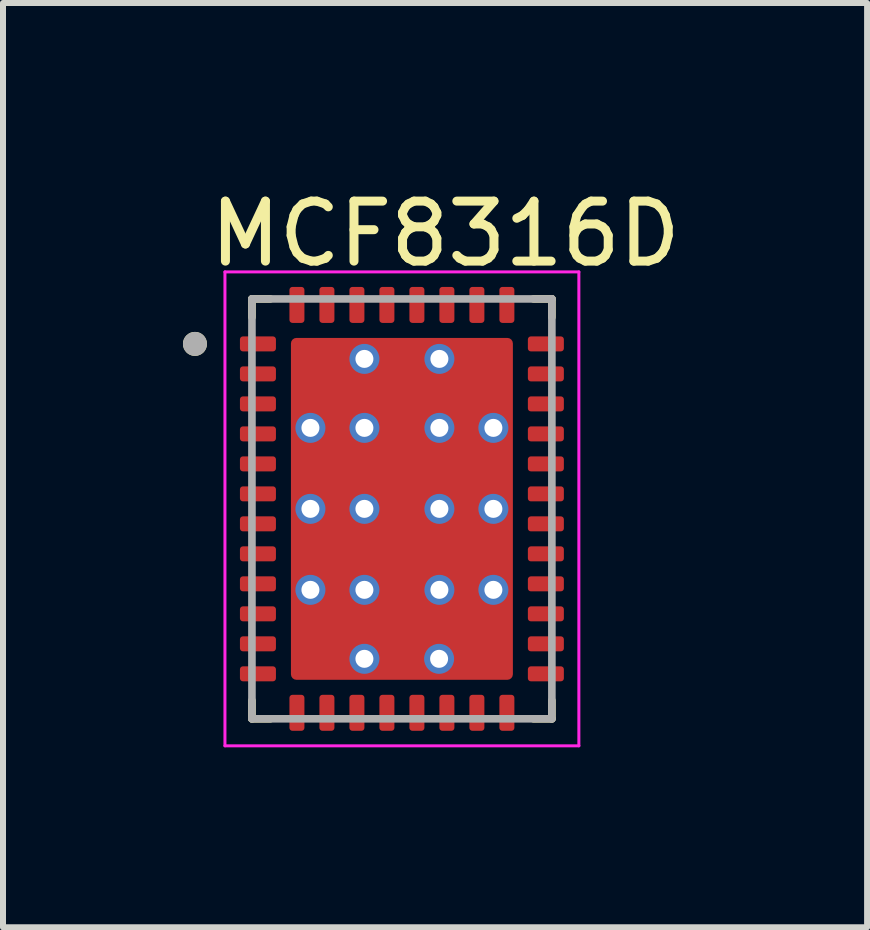
<source format=kicad_pcb>
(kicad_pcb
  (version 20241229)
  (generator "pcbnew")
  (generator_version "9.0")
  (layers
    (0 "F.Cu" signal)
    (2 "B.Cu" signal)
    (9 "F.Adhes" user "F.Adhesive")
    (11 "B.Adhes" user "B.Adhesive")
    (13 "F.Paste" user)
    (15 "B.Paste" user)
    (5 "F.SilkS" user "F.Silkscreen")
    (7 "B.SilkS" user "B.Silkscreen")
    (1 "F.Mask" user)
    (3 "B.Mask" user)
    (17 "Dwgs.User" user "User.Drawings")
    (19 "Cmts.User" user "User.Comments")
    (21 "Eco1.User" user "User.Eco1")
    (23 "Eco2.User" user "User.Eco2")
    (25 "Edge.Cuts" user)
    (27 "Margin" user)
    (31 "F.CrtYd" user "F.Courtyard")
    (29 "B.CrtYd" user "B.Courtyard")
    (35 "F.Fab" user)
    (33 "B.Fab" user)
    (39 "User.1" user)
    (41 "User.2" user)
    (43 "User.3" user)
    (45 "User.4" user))
  (footprint "MCF8316D"
    (layer "F.Cu")
    (at 3.65 5.433)
    (property "Reference" "MCF8316D" (at 0.725 -4.585 0) (layer "F.SilkS") (effects (font (size 1 1) (thickness 0.15))))
    (attr smd)
    (fp_rect (start -1.8 -2.8) (end 1.8 2.8) (stroke (width 0.2) (type solid)) (fill yes) (layer "F.Mask"))
    (fp_poly (pts (xy -2.77 -2.825) (xy -2.77 -2.675) (xy -2.77 -2.669) (xy -2.769 -2.662) (xy -2.769 -2.656) (xy -2.767 -2.65) (xy -2.766 -2.644) (xy -2.764 -2.638) (xy -2.762 -2.632) (xy -2.76 -2.626) (xy -2.757 -2.621) (xy -2.754 -2.615) (xy -2.751 -2.61) (xy -2.747 -2.604) (xy -2.743 -2.599) (xy -2.739 -2.595) (xy -2.735 -2.59) (xy -2.73 -2.586) (xy -2.726 -2.582) (xy -2.721 -2.578) (xy -2.715 -2.574) (xy -2.71 -2.571) (xy -2.704 -2.568) (xy -2.699 -2.565) (xy -2.693 -2.563) (xy -2.687 -2.561) (xy -2.681 -2.559) (xy -2.675 -2.558) (xy -2.669 -2.556) (xy -2.663 -2.556) (xy -2.656 -2.555) (xy -2.65 -2.555) (xy -2.15 -2.555) (xy -2.144 -2.555) (xy -2.137 -2.556) (xy -2.131 -2.556) (xy -2.125 -2.558) (xy -2.119 -2.559) (xy -2.113 -2.561) (xy -2.107 -2.563) (xy -2.101 -2.565) (xy -2.096 -2.568) (xy -2.09 -2.571) (xy -2.085 -2.574) (xy -2.079 -2.578) (xy -2.074 -2.582) (xy -2.07 -2.586) (xy -2.065 -2.59) (xy -2.061 -2.595) (xy -2.057 -2.599) (xy -2.053 -2.604) (xy -2.049 -2.61) (xy -2.046 -2.615) (xy -2.043 -2.621) (xy -2.04 -2.626) (xy -2.038 -2.632) (xy -2.036 -2.638) (xy -2.034 -2.644) (xy -2.033 -2.65) (xy -2.031 -2.656) (xy -2.031 -2.662) (xy -2.03 -2.669) (xy -2.03 -2.675) (xy -2.03 -2.825) (xy -2.03 -2.831) (xy -2.031 -2.838) (xy -2.031 -2.844) (xy -2.033 -2.85) (xy -2.034 -2.856) (xy -2.036 -2.862) (xy -2.038 -2.868) (xy -2.04 -2.874) (xy -2.043 -2.879) (xy -2.046 -2.885) (xy -2.049 -2.89) (xy -2.053 -2.896) (xy -2.057 -2.901) (xy -2.061 -2.905) (xy -2.065 -2.91) (xy -2.07 -2.914) (xy -2.074 -2.918) (xy -2.079 -2.922) (xy -2.085 -2.926) (xy -2.09 -2.929) (xy -2.096 -2.932) (xy -2.101 -2.935) (xy -2.107 -2.937) (xy -2.113 -2.939) (xy -2.119 -2.941) (xy -2.125 -2.942) (xy -2.131 -2.944) (xy -2.137 -2.944) (xy -2.144 -2.945) (xy -2.15 -2.945) (xy -2.65 -2.945) (xy -2.656 -2.945) (xy -2.663 -2.944) (xy -2.669 -2.944) (xy -2.675 -2.942) (xy -2.681 -2.941) (xy -2.687 -2.939) (xy -2.693 -2.937) (xy -2.699 -2.935) (xy -2.704 -2.932) (xy -2.71 -2.929) (xy -2.715 -2.926) (xy -2.721 -2.922) (xy -2.726 -2.918) (xy -2.73 -2.914) (xy -2.735 -2.91) (xy -2.739 -2.905) (xy -2.743 -2.901) (xy -2.747 -2.896) (xy -2.751 -2.89) (xy -2.754 -2.885) (xy -2.757 -2.879) (xy -2.76 -2.874) (xy -2.762 -2.868) (xy -2.764 -2.862) (xy -2.766 -2.856) (xy -2.767 -2.85) (xy -2.769 -2.844) (xy -2.769 -2.838) (xy -2.77 -2.831) (xy -2.77 -2.825)) (stroke (width 0.01) (type solid)) (fill yes) (layer "F.Mask"))
    (fp_poly (pts (xy -2.77 -2.325) (xy -2.77 -2.175) (xy -2.77 -2.169) (xy -2.769 -2.162) (xy -2.769 -2.156) (xy -2.767 -2.15) (xy -2.766 -2.144) (xy -2.764 -2.138) (xy -2.762 -2.132) (xy -2.76 -2.126) (xy -2.757 -2.121) (xy -2.754 -2.115) (xy -2.751 -2.11) (xy -2.747 -2.104) (xy -2.743 -2.099) (xy -2.739 -2.095) (xy -2.735 -2.09) (xy -2.73 -2.086) (xy -2.726 -2.082) (xy -2.721 -2.078) (xy -2.715 -2.074) (xy -2.71 -2.071) (xy -2.704 -2.068) (xy -2.699 -2.065) (xy -2.693 -2.063) (xy -2.687 -2.061) (xy -2.681 -2.059) (xy -2.675 -2.058) (xy -2.669 -2.056) (xy -2.663 -2.056) (xy -2.656 -2.055) (xy -2.65 -2.055) (xy -2.15 -2.055) (xy -2.144 -2.055) (xy -2.137 -2.056) (xy -2.131 -2.056) (xy -2.125 -2.058) (xy -2.119 -2.059) (xy -2.113 -2.061) (xy -2.107 -2.063) (xy -2.101 -2.065) (xy -2.096 -2.068) (xy -2.09 -2.071) (xy -2.085 -2.074) (xy -2.079 -2.078) (xy -2.074 -2.082) (xy -2.07 -2.086) (xy -2.065 -2.09) (xy -2.061 -2.095) (xy -2.057 -2.099) (xy -2.053 -2.104) (xy -2.049 -2.11) (xy -2.046 -2.115) (xy -2.043 -2.121) (xy -2.04 -2.126) (xy -2.038 -2.132) (xy -2.036 -2.138) (xy -2.034 -2.144) (xy -2.033 -2.15) (xy -2.031 -2.156) (xy -2.031 -2.162) (xy -2.03 -2.169) (xy -2.03 -2.175) (xy -2.03 -2.325) (xy -2.03 -2.331) (xy -2.031 -2.338) (xy -2.031 -2.344) (xy -2.033 -2.35) (xy -2.034 -2.356) (xy -2.036 -2.362) (xy -2.038 -2.368) (xy -2.04 -2.374) (xy -2.043 -2.379) (xy -2.046 -2.385) (xy -2.049 -2.39) (xy -2.053 -2.396) (xy -2.057 -2.401) (xy -2.061 -2.405) (xy -2.065 -2.41) (xy -2.07 -2.414) (xy -2.074 -2.418) (xy -2.079 -2.422) (xy -2.085 -2.426) (xy -2.09 -2.429) (xy -2.096 -2.432) (xy -2.101 -2.435) (xy -2.107 -2.437) (xy -2.113 -2.439) (xy -2.119 -2.441) (xy -2.125 -2.442) (xy -2.131 -2.444) (xy -2.137 -2.444) (xy -2.144 -2.445) (xy -2.15 -2.445) (xy -2.65 -2.445) (xy -2.656 -2.445) (xy -2.663 -2.444) (xy -2.669 -2.444) (xy -2.675 -2.442) (xy -2.681 -2.441) (xy -2.687 -2.439) (xy -2.693 -2.437) (xy -2.699 -2.435) (xy -2.704 -2.432) (xy -2.71 -2.429) (xy -2.715 -2.426) (xy -2.721 -2.422) (xy -2.726 -2.418) (xy -2.73 -2.414) (xy -2.735 -2.41) (xy -2.739 -2.405) (xy -2.743 -2.401) (xy -2.747 -2.396) (xy -2.751 -2.39) (xy -2.754 -2.385) (xy -2.757 -2.379) (xy -2.76 -2.374) (xy -2.762 -2.368) (xy -2.764 -2.362) (xy -2.766 -2.356) (xy -2.767 -2.35) (xy -2.769 -2.344) (xy -2.769 -2.338) (xy -2.77 -2.331) (xy -2.77 -2.325)) (stroke (width 0.01) (type solid)) (fill yes) (layer "F.Mask"))
    (fp_poly (pts (xy -2.77 -1.825) (xy -2.77 -1.675) (xy -2.77 -1.669) (xy -2.769 -1.662) (xy -2.769 -1.656) (xy -2.767 -1.65) (xy -2.766 -1.644) (xy -2.764 -1.638) (xy -2.762 -1.632) (xy -2.76 -1.626) (xy -2.757 -1.621) (xy -2.754 -1.615) (xy -2.751 -1.61) (xy -2.747 -1.604) (xy -2.743 -1.599) (xy -2.739 -1.595) (xy -2.735 -1.59) (xy -2.73 -1.586) (xy -2.726 -1.582) (xy -2.721 -1.578) (xy -2.715 -1.574) (xy -2.71 -1.571) (xy -2.704 -1.568) (xy -2.699 -1.565) (xy -2.693 -1.563) (xy -2.687 -1.561) (xy -2.681 -1.559) (xy -2.675 -1.558) (xy -2.669 -1.556) (xy -2.663 -1.556) (xy -2.656 -1.555) (xy -2.65 -1.555) (xy -2.15 -1.555) (xy -2.144 -1.555) (xy -2.137 -1.556) (xy -2.131 -1.556) (xy -2.125 -1.558) (xy -2.119 -1.559) (xy -2.113 -1.561) (xy -2.107 -1.563) (xy -2.101 -1.565) (xy -2.096 -1.568) (xy -2.09 -1.571) (xy -2.085 -1.574) (xy -2.079 -1.578) (xy -2.074 -1.582) (xy -2.07 -1.586) (xy -2.065 -1.59) (xy -2.061 -1.595) (xy -2.057 -1.599) (xy -2.053 -1.604) (xy -2.049 -1.61) (xy -2.046 -1.615) (xy -2.043 -1.621) (xy -2.04 -1.626) (xy -2.038 -1.632) (xy -2.036 -1.638) (xy -2.034 -1.644) (xy -2.033 -1.65) (xy -2.031 -1.656) (xy -2.031 -1.662) (xy -2.03 -1.669) (xy -2.03 -1.675) (xy -2.03 -1.825) (xy -2.03 -1.831) (xy -2.031 -1.838) (xy -2.031 -1.844) (xy -2.033 -1.85) (xy -2.034 -1.856) (xy -2.036 -1.862) (xy -2.038 -1.868) (xy -2.04 -1.874) (xy -2.043 -1.879) (xy -2.046 -1.885) (xy -2.049 -1.89) (xy -2.053 -1.896) (xy -2.057 -1.901) (xy -2.061 -1.905) (xy -2.065 -1.91) (xy -2.07 -1.914) (xy -2.074 -1.918) (xy -2.079 -1.922) (xy -2.085 -1.926) (xy -2.09 -1.929) (xy -2.096 -1.932) (xy -2.101 -1.935) (xy -2.107 -1.937) (xy -2.113 -1.939) (xy -2.119 -1.941) (xy -2.125 -1.942) (xy -2.131 -1.944) (xy -2.137 -1.944) (xy -2.144 -1.945) (xy -2.15 -1.945) (xy -2.65 -1.945) (xy -2.656 -1.945) (xy -2.663 -1.944) (xy -2.669 -1.944) (xy -2.675 -1.942) (xy -2.681 -1.941) (xy -2.687 -1.939) (xy -2.693 -1.937) (xy -2.699 -1.935) (xy -2.704 -1.932) (xy -2.71 -1.929) (xy -2.715 -1.926) (xy -2.721 -1.922) (xy -2.726 -1.918) (xy -2.73 -1.914) (xy -2.735 -1.91) (xy -2.739 -1.905) (xy -2.743 -1.901) (xy -2.747 -1.896) (xy -2.751 -1.89) (xy -2.754 -1.885) (xy -2.757 -1.879) (xy -2.76 -1.874) (xy -2.762 -1.868) (xy -2.764 -1.862) (xy -2.766 -1.856) (xy -2.767 -1.85) (xy -2.769 -1.844) (xy -2.769 -1.838) (xy -2.77 -1.831) (xy -2.77 -1.825)) (stroke (width 0.01) (type solid)) (fill yes) (layer "F.Mask"))
    (fp_poly (pts (xy -2.77 -1.325) (xy -2.77 -1.175) (xy -2.77 -1.169) (xy -2.769 -1.162) (xy -2.769 -1.156) (xy -2.767 -1.15) (xy -2.766 -1.144) (xy -2.764 -1.138) (xy -2.762 -1.132) (xy -2.76 -1.126) (xy -2.757 -1.121) (xy -2.754 -1.115) (xy -2.751 -1.11) (xy -2.747 -1.104) (xy -2.743 -1.099) (xy -2.739 -1.095) (xy -2.735 -1.09) (xy -2.73 -1.086) (xy -2.726 -1.082) (xy -2.721 -1.078) (xy -2.715 -1.074) (xy -2.71 -1.071) (xy -2.704 -1.068) (xy -2.699 -1.065) (xy -2.693 -1.063) (xy -2.687 -1.061) (xy -2.681 -1.059) (xy -2.675 -1.058) (xy -2.669 -1.056) (xy -2.663 -1.056) (xy -2.656 -1.055) (xy -2.65 -1.055) (xy -2.15 -1.055) (xy -2.144 -1.055) (xy -2.137 -1.056) (xy -2.131 -1.056) (xy -2.125 -1.058) (xy -2.119 -1.059) (xy -2.113 -1.061) (xy -2.107 -1.063) (xy -2.101 -1.065) (xy -2.096 -1.068) (xy -2.09 -1.071) (xy -2.085 -1.074) (xy -2.079 -1.078) (xy -2.074 -1.082) (xy -2.07 -1.086) (xy -2.065 -1.09) (xy -2.061 -1.095) (xy -2.057 -1.099) (xy -2.053 -1.104) (xy -2.049 -1.11) (xy -2.046 -1.115) (xy -2.043 -1.121) (xy -2.04 -1.126) (xy -2.038 -1.132) (xy -2.036 -1.138) (xy -2.034 -1.144) (xy -2.033 -1.15) (xy -2.031 -1.156) (xy -2.031 -1.162) (xy -2.03 -1.169) (xy -2.03 -1.175) (xy -2.03 -1.325) (xy -2.03 -1.331) (xy -2.031 -1.338) (xy -2.031 -1.344) (xy -2.033 -1.35) (xy -2.034 -1.356) (xy -2.036 -1.362) (xy -2.038 -1.368) (xy -2.04 -1.374) (xy -2.043 -1.379) (xy -2.046 -1.385) (xy -2.049 -1.39) (xy -2.053 -1.396) (xy -2.057 -1.401) (xy -2.061 -1.405) (xy -2.065 -1.41) (xy -2.07 -1.414) (xy -2.074 -1.418) (xy -2.079 -1.422) (xy -2.085 -1.426) (xy -2.09 -1.429) (xy -2.096 -1.432) (xy -2.101 -1.435) (xy -2.107 -1.437) (xy -2.113 -1.439) (xy -2.119 -1.441) (xy -2.125 -1.442) (xy -2.131 -1.444) (xy -2.137 -1.444) (xy -2.144 -1.445) (xy -2.15 -1.445) (xy -2.65 -1.445) (xy -2.656 -1.445) (xy -2.663 -1.444) (xy -2.669 -1.444) (xy -2.675 -1.442) (xy -2.681 -1.441) (xy -2.687 -1.439) (xy -2.693 -1.437) (xy -2.699 -1.435) (xy -2.704 -1.432) (xy -2.71 -1.429) (xy -2.715 -1.426) (xy -2.721 -1.422) (xy -2.726 -1.418) (xy -2.73 -1.414) (xy -2.735 -1.41) (xy -2.739 -1.405) (xy -2.743 -1.401) (xy -2.747 -1.396) (xy -2.751 -1.39) (xy -2.754 -1.385) (xy -2.757 -1.379) (xy -2.76 -1.374) (xy -2.762 -1.368) (xy -2.764 -1.362) (xy -2.766 -1.356) (xy -2.767 -1.35) (xy -2.769 -1.344) (xy -2.769 -1.338) (xy -2.77 -1.331) (xy -2.77 -1.325)) (stroke (width 0.01) (type solid)) (fill yes) (layer "F.Mask"))
    (fp_poly (pts (xy -2.77 -0.825) (xy -2.77 -0.675) (xy -2.77 -0.669) (xy -2.769 -0.662) (xy -2.769 -0.656) (xy -2.767 -0.65) (xy -2.766 -0.644) (xy -2.764 -0.638) (xy -2.762 -0.632) (xy -2.76 -0.626) (xy -2.757 -0.621) (xy -2.754 -0.615) (xy -2.751 -0.61) (xy -2.747 -0.604) (xy -2.743 -0.599) (xy -2.739 -0.595) (xy -2.735 -0.59) (xy -2.73 -0.586) (xy -2.726 -0.582) (xy -2.721 -0.578) (xy -2.715 -0.574) (xy -2.71 -0.571) (xy -2.704 -0.568) (xy -2.699 -0.565) (xy -2.693 -0.563) (xy -2.687 -0.561) (xy -2.681 -0.559) (xy -2.675 -0.558) (xy -2.669 -0.556) (xy -2.663 -0.556) (xy -2.656 -0.555) (xy -2.65 -0.555) (xy -2.15 -0.555) (xy -2.144 -0.555) (xy -2.137 -0.556) (xy -2.131 -0.556) (xy -2.125 -0.558) (xy -2.119 -0.559) (xy -2.113 -0.561) (xy -2.107 -0.563) (xy -2.101 -0.565) (xy -2.096 -0.568) (xy -2.09 -0.571) (xy -2.085 -0.574) (xy -2.079 -0.578) (xy -2.074 -0.582) (xy -2.07 -0.586) (xy -2.065 -0.59) (xy -2.061 -0.595) (xy -2.057 -0.599) (xy -2.053 -0.604) (xy -2.049 -0.61) (xy -2.046 -0.615) (xy -2.043 -0.621) (xy -2.04 -0.626) (xy -2.038 -0.632) (xy -2.036 -0.638) (xy -2.034 -0.644) (xy -2.033 -0.65) (xy -2.031 -0.656) (xy -2.031 -0.662) (xy -2.03 -0.669) (xy -2.03 -0.675) (xy -2.03 -0.825) (xy -2.03 -0.831) (xy -2.031 -0.838) (xy -2.031 -0.844) (xy -2.033 -0.85) (xy -2.034 -0.856) (xy -2.036 -0.862) (xy -2.038 -0.868) (xy -2.04 -0.874) (xy -2.043 -0.879) (xy -2.046 -0.885) (xy -2.049 -0.89) (xy -2.053 -0.896) (xy -2.057 -0.901) (xy -2.061 -0.905) (xy -2.065 -0.91) (xy -2.07 -0.914) (xy -2.074 -0.918) (xy -2.079 -0.922) (xy -2.085 -0.926) (xy -2.09 -0.929) (xy -2.096 -0.932) (xy -2.101 -0.935) (xy -2.107 -0.937) (xy -2.113 -0.939) (xy -2.119 -0.941) (xy -2.125 -0.942) (xy -2.131 -0.944) (xy -2.137 -0.944) (xy -2.144 -0.945) (xy -2.15 -0.945) (xy -2.65 -0.945) (xy -2.656 -0.945) (xy -2.663 -0.944) (xy -2.669 -0.944) (xy -2.675 -0.942) (xy -2.681 -0.941) (xy -2.687 -0.939) (xy -2.693 -0.937) (xy -2.699 -0.935) (xy -2.704 -0.932) (xy -2.71 -0.929) (xy -2.715 -0.926) (xy -2.721 -0.922) (xy -2.726 -0.918) (xy -2.73 -0.914) (xy -2.735 -0.91) (xy -2.739 -0.905) (xy -2.743 -0.901) (xy -2.747 -0.896) (xy -2.751 -0.89) (xy -2.754 -0.885) (xy -2.757 -0.879) (xy -2.76 -0.874) (xy -2.762 -0.868) (xy -2.764 -0.862) (xy -2.766 -0.856) (xy -2.767 -0.85) (xy -2.769 -0.844) (xy -2.769 -0.838) (xy -2.77 -0.831) (xy -2.77 -0.825)) (stroke (width 0.01) (type solid)) (fill yes) (layer "F.Mask"))
    (fp_poly (pts (xy -2.77 -0.325) (xy -2.77 -0.175) (xy -2.77 -0.169) (xy -2.769 -0.162) (xy -2.769 -0.156) (xy -2.767 -0.15) (xy -2.766 -0.144) (xy -2.764 -0.138) (xy -2.762 -0.132) (xy -2.76 -0.126) (xy -2.757 -0.121) (xy -2.754 -0.115) (xy -2.751 -0.11) (xy -2.747 -0.104) (xy -2.743 -0.099) (xy -2.739 -0.095) (xy -2.735 -0.09) (xy -2.73 -0.086) (xy -2.726 -0.082) (xy -2.721 -0.078) (xy -2.715 -0.074) (xy -2.71 -0.071) (xy -2.704 -0.068) (xy -2.699 -0.065) (xy -2.693 -0.063) (xy -2.687 -0.061) (xy -2.681 -0.059) (xy -2.675 -0.058) (xy -2.669 -0.056) (xy -2.663 -0.056) (xy -2.656 -0.055) (xy -2.65 -0.055) (xy -2.15 -0.055) (xy -2.144 -0.055) (xy -2.137 -0.056) (xy -2.131 -0.056) (xy -2.125 -0.058) (xy -2.119 -0.059) (xy -2.113 -0.061) (xy -2.107 -0.063) (xy -2.101 -0.065) (xy -2.096 -0.068) (xy -2.09 -0.071) (xy -2.085 -0.074) (xy -2.079 -0.078) (xy -2.074 -0.082) (xy -2.07 -0.086) (xy -2.065 -0.09) (xy -2.061 -0.095) (xy -2.057 -0.099) (xy -2.053 -0.104) (xy -2.049 -0.11) (xy -2.046 -0.115) (xy -2.043 -0.121) (xy -2.04 -0.126) (xy -2.038 -0.132) (xy -2.036 -0.138) (xy -2.034 -0.144) (xy -2.033 -0.15) (xy -2.031 -0.156) (xy -2.031 -0.162) (xy -2.03 -0.169) (xy -2.03 -0.175) (xy -2.03 -0.325) (xy -2.03 -0.331) (xy -2.031 -0.338) (xy -2.031 -0.344) (xy -2.033 -0.35) (xy -2.034 -0.356) (xy -2.036 -0.362) (xy -2.038 -0.368) (xy -2.04 -0.374) (xy -2.043 -0.379) (xy -2.046 -0.385) (xy -2.049 -0.39) (xy -2.053 -0.396) (xy -2.057 -0.401) (xy -2.061 -0.405) (xy -2.065 -0.41) (xy -2.07 -0.414) (xy -2.074 -0.418) (xy -2.079 -0.422) (xy -2.085 -0.426) (xy -2.09 -0.429) (xy -2.096 -0.432) (xy -2.101 -0.435) (xy -2.107 -0.437) (xy -2.113 -0.439) (xy -2.119 -0.441) (xy -2.125 -0.442) (xy -2.131 -0.444) (xy -2.137 -0.444) (xy -2.144 -0.445) (xy -2.15 -0.445) (xy -2.65 -0.445) (xy -2.656 -0.445) (xy -2.663 -0.444) (xy -2.669 -0.444) (xy -2.675 -0.442) (xy -2.681 -0.441) (xy -2.687 -0.439) (xy -2.693 -0.437) (xy -2.699 -0.435) (xy -2.704 -0.432) (xy -2.71 -0.429) (xy -2.715 -0.426) (xy -2.721 -0.422) (xy -2.726 -0.418) (xy -2.73 -0.414) (xy -2.735 -0.41) (xy -2.739 -0.405) (xy -2.743 -0.401) (xy -2.747 -0.396) (xy -2.751 -0.39) (xy -2.754 -0.385) (xy -2.757 -0.379) (xy -2.76 -0.374) (xy -2.762 -0.368) (xy -2.764 -0.362) (xy -2.766 -0.356) (xy -2.767 -0.35) (xy -2.769 -0.344) (xy -2.769 -0.338) (xy -2.77 -0.331) (xy -2.77 -0.325)) (stroke (width 0.01) (type solid)) (fill yes) (layer "F.Mask"))
    (fp_poly (pts (xy -2.77 0.175) (xy -2.77 0.325) (xy -2.77 0.331) (xy -2.769 0.338) (xy -2.769 0.344) (xy -2.767 0.35) (xy -2.766 0.356) (xy -2.764 0.362) (xy -2.762 0.368) (xy -2.76 0.374) (xy -2.757 0.379) (xy -2.754 0.385) (xy -2.751 0.39) (xy -2.747 0.396) (xy -2.743 0.401) (xy -2.739 0.405) (xy -2.735 0.41) (xy -2.73 0.414) (xy -2.726 0.418) (xy -2.721 0.422) (xy -2.715 0.426) (xy -2.71 0.429) (xy -2.704 0.432) (xy -2.699 0.435) (xy -2.693 0.437) (xy -2.687 0.439) (xy -2.681 0.441) (xy -2.675 0.442) (xy -2.669 0.444) (xy -2.663 0.444) (xy -2.656 0.445) (xy -2.65 0.445) (xy -2.15 0.445) (xy -2.144 0.445) (xy -2.137 0.444) (xy -2.131 0.444) (xy -2.125 0.442) (xy -2.119 0.441) (xy -2.113 0.439) (xy -2.107 0.437) (xy -2.101 0.435) (xy -2.096 0.432) (xy -2.09 0.429) (xy -2.085 0.426) (xy -2.079 0.422) (xy -2.074 0.418) (xy -2.07 0.414) (xy -2.065 0.41) (xy -2.061 0.405) (xy -2.057 0.401) (xy -2.053 0.396) (xy -2.049 0.39) (xy -2.046 0.385) (xy -2.043 0.379) (xy -2.04 0.374) (xy -2.038 0.368) (xy -2.036 0.362) (xy -2.034 0.356) (xy -2.033 0.35) (xy -2.031 0.344) (xy -2.031 0.338) (xy -2.03 0.331) (xy -2.03 0.325) (xy -2.03 0.175) (xy -2.03 0.169) (xy -2.031 0.162) (xy -2.031 0.156) (xy -2.033 0.15) (xy -2.034 0.144) (xy -2.036 0.138) (xy -2.038 0.132) (xy -2.04 0.126) (xy -2.043 0.121) (xy -2.046 0.115) (xy -2.049 0.11) (xy -2.053 0.104) (xy -2.057 0.099) (xy -2.061 0.095) (xy -2.065 0.09) (xy -2.07 0.086) (xy -2.074 0.082) (xy -2.079 0.078) (xy -2.085 0.074) (xy -2.09 0.071) (xy -2.096 0.068) (xy -2.101 0.065) (xy -2.107 0.063) (xy -2.113 0.061) (xy -2.119 0.059) (xy -2.125 0.058) (xy -2.131 0.056) (xy -2.137 0.056) (xy -2.144 0.055) (xy -2.15 0.055) (xy -2.65 0.055) (xy -2.656 0.055) (xy -2.663 0.056) (xy -2.669 0.056) (xy -2.675 0.058) (xy -2.681 0.059) (xy -2.687 0.061) (xy -2.693 0.063) (xy -2.699 0.065) (xy -2.704 0.068) (xy -2.71 0.071) (xy -2.715 0.074) (xy -2.721 0.078) (xy -2.726 0.082) (xy -2.73 0.086) (xy -2.735 0.09) (xy -2.739 0.095) (xy -2.743 0.099) (xy -2.747 0.104) (xy -2.751 0.11) (xy -2.754 0.115) (xy -2.757 0.121) (xy -2.76 0.126) (xy -2.762 0.132) (xy -2.764 0.138) (xy -2.766 0.144) (xy -2.767 0.15) (xy -2.769 0.156) (xy -2.769 0.162) (xy -2.77 0.169) (xy -2.77 0.175)) (stroke (width 0.01) (type solid)) (fill yes) (layer "F.Mask"))
    (fp_poly (pts (xy -2.77 0.675) (xy -2.77 0.825) (xy -2.77 0.831) (xy -2.769 0.838) (xy -2.769 0.844) (xy -2.767 0.85) (xy -2.766 0.856) (xy -2.764 0.862) (xy -2.762 0.868) (xy -2.76 0.874) (xy -2.757 0.879) (xy -2.754 0.885) (xy -2.751 0.89) (xy -2.747 0.896) (xy -2.743 0.901) (xy -2.739 0.905) (xy -2.735 0.91) (xy -2.73 0.914) (xy -2.726 0.918) (xy -2.721 0.922) (xy -2.715 0.926) (xy -2.71 0.929) (xy -2.704 0.932) (xy -2.699 0.935) (xy -2.693 0.937) (xy -2.687 0.939) (xy -2.681 0.941) (xy -2.675 0.942) (xy -2.669 0.944) (xy -2.663 0.944) (xy -2.656 0.945) (xy -2.65 0.945) (xy -2.15 0.945) (xy -2.144 0.945) (xy -2.137 0.944) (xy -2.131 0.944) (xy -2.125 0.942) (xy -2.119 0.941) (xy -2.113 0.939) (xy -2.107 0.937) (xy -2.101 0.935) (xy -2.096 0.932) (xy -2.09 0.929) (xy -2.085 0.926) (xy -2.079 0.922) (xy -2.074 0.918) (xy -2.07 0.914) (xy -2.065 0.91) (xy -2.061 0.905) (xy -2.057 0.901) (xy -2.053 0.896) (xy -2.049 0.89) (xy -2.046 0.885) (xy -2.043 0.879) (xy -2.04 0.874) (xy -2.038 0.868) (xy -2.036 0.862) (xy -2.034 0.856) (xy -2.033 0.85) (xy -2.031 0.844) (xy -2.031 0.838) (xy -2.03 0.831) (xy -2.03 0.825) (xy -2.03 0.675) (xy -2.03 0.669) (xy -2.031 0.662) (xy -2.031 0.656) (xy -2.033 0.65) (xy -2.034 0.644) (xy -2.036 0.638) (xy -2.038 0.632) (xy -2.04 0.626) (xy -2.043 0.621) (xy -2.046 0.615) (xy -2.049 0.61) (xy -2.053 0.604) (xy -2.057 0.599) (xy -2.061 0.595) (xy -2.065 0.59) (xy -2.07 0.586) (xy -2.074 0.582) (xy -2.079 0.578) (xy -2.085 0.574) (xy -2.09 0.571) (xy -2.096 0.568) (xy -2.101 0.565) (xy -2.107 0.563) (xy -2.113 0.561) (xy -2.119 0.559) (xy -2.125 0.558) (xy -2.131 0.556) (xy -2.137 0.556) (xy -2.144 0.555) (xy -2.15 0.555) (xy -2.65 0.555) (xy -2.656 0.555) (xy -2.663 0.556) (xy -2.669 0.556) (xy -2.675 0.558) (xy -2.681 0.559) (xy -2.687 0.561) (xy -2.693 0.563) (xy -2.699 0.565) (xy -2.704 0.568) (xy -2.71 0.571) (xy -2.715 0.574) (xy -2.721 0.578) (xy -2.726 0.582) (xy -2.73 0.586) (xy -2.735 0.59) (xy -2.739 0.595) (xy -2.743 0.599) (xy -2.747 0.604) (xy -2.751 0.61) (xy -2.754 0.615) (xy -2.757 0.621) (xy -2.76 0.626) (xy -2.762 0.632) (xy -2.764 0.638) (xy -2.766 0.644) (xy -2.767 0.65) (xy -2.769 0.656) (xy -2.769 0.662) (xy -2.77 0.669) (xy -2.77 0.675)) (stroke (width 0.01) (type solid)) (fill yes) (layer "F.Mask"))
    (fp_poly (pts (xy -2.77 1.175) (xy -2.77 1.325) (xy -2.77 1.331) (xy -2.769 1.338) (xy -2.769 1.344) (xy -2.767 1.35) (xy -2.766 1.356) (xy -2.764 1.362) (xy -2.762 1.368) (xy -2.76 1.374) (xy -2.757 1.379) (xy -2.754 1.385) (xy -2.751 1.39) (xy -2.747 1.396) (xy -2.743 1.401) (xy -2.739 1.405) (xy -2.735 1.41) (xy -2.73 1.414) (xy -2.726 1.418) (xy -2.721 1.422) (xy -2.715 1.426) (xy -2.71 1.429) (xy -2.704 1.432) (xy -2.699 1.435) (xy -2.693 1.437) (xy -2.687 1.439) (xy -2.681 1.441) (xy -2.675 1.442) (xy -2.669 1.444) (xy -2.663 1.444) (xy -2.656 1.445) (xy -2.65 1.445) (xy -2.15 1.445) (xy -2.144 1.445) (xy -2.137 1.444) (xy -2.131 1.444) (xy -2.125 1.442) (xy -2.119 1.441) (xy -2.113 1.439) (xy -2.107 1.437) (xy -2.101 1.435) (xy -2.096 1.432) (xy -2.09 1.429) (xy -2.085 1.426) (xy -2.079 1.422) (xy -2.074 1.418) (xy -2.07 1.414) (xy -2.065 1.41) (xy -2.061 1.405) (xy -2.057 1.401) (xy -2.053 1.396) (xy -2.049 1.39) (xy -2.046 1.385) (xy -2.043 1.379) (xy -2.04 1.374) (xy -2.038 1.368) (xy -2.036 1.362) (xy -2.034 1.356) (xy -2.033 1.35) (xy -2.031 1.344) (xy -2.031 1.338) (xy -2.03 1.331) (xy -2.03 1.325) (xy -2.03 1.175) (xy -2.03 1.169) (xy -2.031 1.162) (xy -2.031 1.156) (xy -2.033 1.15) (xy -2.034 1.144) (xy -2.036 1.138) (xy -2.038 1.132) (xy -2.04 1.126) (xy -2.043 1.121) (xy -2.046 1.115) (xy -2.049 1.11) (xy -2.053 1.104) (xy -2.057 1.099) (xy -2.061 1.095) (xy -2.065 1.09) (xy -2.07 1.086) (xy -2.074 1.082) (xy -2.079 1.078) (xy -2.085 1.074) (xy -2.09 1.071) (xy -2.096 1.068) (xy -2.101 1.065) (xy -2.107 1.063) (xy -2.113 1.061) (xy -2.119 1.059) (xy -2.125 1.058) (xy -2.131 1.056) (xy -2.137 1.056) (xy -2.144 1.055) (xy -2.15 1.055) (xy -2.65 1.055) (xy -2.656 1.055) (xy -2.663 1.056) (xy -2.669 1.056) (xy -2.675 1.058) (xy -2.681 1.059) (xy -2.687 1.061) (xy -2.693 1.063) (xy -2.699 1.065) (xy -2.704 1.068) (xy -2.71 1.071) (xy -2.715 1.074) (xy -2.721 1.078) (xy -2.726 1.082) (xy -2.73 1.086) (xy -2.735 1.09) (xy -2.739 1.095) (xy -2.743 1.099) (xy -2.747 1.104) (xy -2.751 1.11) (xy -2.754 1.115) (xy -2.757 1.121) (xy -2.76 1.126) (xy -2.762 1.132) (xy -2.764 1.138) (xy -2.766 1.144) (xy -2.767 1.15) (xy -2.769 1.156) (xy -2.769 1.162) (xy -2.77 1.169) (xy -2.77 1.175)) (stroke (width 0.01) (type solid)) (fill yes) (layer "F.Mask"))
    (fp_poly (pts (xy -2.77 1.675) (xy -2.77 1.825) (xy -2.77 1.831) (xy -2.769 1.838) (xy -2.769 1.844) (xy -2.767 1.85) (xy -2.766 1.856) (xy -2.764 1.862) (xy -2.762 1.868) (xy -2.76 1.874) (xy -2.757 1.879) (xy -2.754 1.885) (xy -2.751 1.89) (xy -2.747 1.896) (xy -2.743 1.901) (xy -2.739 1.905) (xy -2.735 1.91) (xy -2.73 1.914) (xy -2.726 1.918) (xy -2.721 1.922) (xy -2.715 1.926) (xy -2.71 1.929) (xy -2.704 1.932) (xy -2.699 1.935) (xy -2.693 1.937) (xy -2.687 1.939) (xy -2.681 1.941) (xy -2.675 1.942) (xy -2.669 1.944) (xy -2.663 1.944) (xy -2.656 1.945) (xy -2.65 1.945) (xy -2.15 1.945) (xy -2.144 1.945) (xy -2.137 1.944) (xy -2.131 1.944) (xy -2.125 1.942) (xy -2.119 1.941) (xy -2.113 1.939) (xy -2.107 1.937) (xy -2.101 1.935) (xy -2.096 1.932) (xy -2.09 1.929) (xy -2.085 1.926) (xy -2.079 1.922) (xy -2.074 1.918) (xy -2.07 1.914) (xy -2.065 1.91) (xy -2.061 1.905) (xy -2.057 1.901) (xy -2.053 1.896) (xy -2.049 1.89) (xy -2.046 1.885) (xy -2.043 1.879) (xy -2.04 1.874) (xy -2.038 1.868) (xy -2.036 1.862) (xy -2.034 1.856) (xy -2.033 1.85) (xy -2.031 1.844) (xy -2.031 1.838) (xy -2.03 1.831) (xy -2.03 1.825) (xy -2.03 1.675) (xy -2.03 1.669) (xy -2.031 1.662) (xy -2.031 1.656) (xy -2.033 1.65) (xy -2.034 1.644) (xy -2.036 1.638) (xy -2.038 1.632) (xy -2.04 1.626) (xy -2.043 1.621) (xy -2.046 1.615) (xy -2.049 1.61) (xy -2.053 1.604) (xy -2.057 1.599) (xy -2.061 1.595) (xy -2.065 1.59) (xy -2.07 1.586) (xy -2.074 1.582) (xy -2.079 1.578) (xy -2.085 1.574) (xy -2.09 1.571) (xy -2.096 1.568) (xy -2.101 1.565) (xy -2.107 1.563) (xy -2.113 1.561) (xy -2.119 1.559) (xy -2.125 1.558) (xy -2.131 1.556) (xy -2.137 1.556) (xy -2.144 1.555) (xy -2.15 1.555) (xy -2.65 1.555) (xy -2.656 1.555) (xy -2.663 1.556) (xy -2.669 1.556) (xy -2.675 1.558) (xy -2.681 1.559) (xy -2.687 1.561) (xy -2.693 1.563) (xy -2.699 1.565) (xy -2.704 1.568) (xy -2.71 1.571) (xy -2.715 1.574) (xy -2.721 1.578) (xy -2.726 1.582) (xy -2.73 1.586) (xy -2.735 1.59) (xy -2.739 1.595) (xy -2.743 1.599) (xy -2.747 1.604) (xy -2.751 1.61) (xy -2.754 1.615) (xy -2.757 1.621) (xy -2.76 1.626) (xy -2.762 1.632) (xy -2.764 1.638) (xy -2.766 1.644) (xy -2.767 1.65) (xy -2.769 1.656) (xy -2.769 1.662) (xy -2.77 1.669) (xy -2.77 1.675)) (stroke (width 0.01) (type solid)) (fill yes) (layer "F.Mask"))
    (fp_poly (pts (xy -2.77 2.175) (xy -2.77 2.325) (xy -2.77 2.331) (xy -2.769 2.338) (xy -2.769 2.344) (xy -2.767 2.35) (xy -2.766 2.356) (xy -2.764 2.362) (xy -2.762 2.368) (xy -2.76 2.374) (xy -2.757 2.379) (xy -2.754 2.385) (xy -2.751 2.39) (xy -2.747 2.396) (xy -2.743 2.401) (xy -2.739 2.405) (xy -2.735 2.41) (xy -2.73 2.414) (xy -2.726 2.418) (xy -2.721 2.422) (xy -2.715 2.426) (xy -2.71 2.429) (xy -2.704 2.432) (xy -2.699 2.435) (xy -2.693 2.437) (xy -2.687 2.439) (xy -2.681 2.441) (xy -2.675 2.442) (xy -2.669 2.444) (xy -2.663 2.444) (xy -2.656 2.445) (xy -2.65 2.445) (xy -2.15 2.445) (xy -2.144 2.445) (xy -2.137 2.444) (xy -2.131 2.444) (xy -2.125 2.442) (xy -2.119 2.441) (xy -2.113 2.439) (xy -2.107 2.437) (xy -2.101 2.435) (xy -2.096 2.432) (xy -2.09 2.429) (xy -2.085 2.426) (xy -2.079 2.422) (xy -2.074 2.418) (xy -2.07 2.414) (xy -2.065 2.41) (xy -2.061 2.405) (xy -2.057 2.401) (xy -2.053 2.396) (xy -2.049 2.39) (xy -2.046 2.385) (xy -2.043 2.379) (xy -2.04 2.374) (xy -2.038 2.368) (xy -2.036 2.362) (xy -2.034 2.356) (xy -2.033 2.35) (xy -2.031 2.344) (xy -2.031 2.338) (xy -2.03 2.331) (xy -2.03 2.325) (xy -2.03 2.175) (xy -2.03 2.169) (xy -2.031 2.162) (xy -2.031 2.156) (xy -2.033 2.15) (xy -2.034 2.144) (xy -2.036 2.138) (xy -2.038 2.132) (xy -2.04 2.126) (xy -2.043 2.121) (xy -2.046 2.115) (xy -2.049 2.11) (xy -2.053 2.104) (xy -2.057 2.099) (xy -2.061 2.095) (xy -2.065 2.09) (xy -2.07 2.086) (xy -2.074 2.082) (xy -2.079 2.078) (xy -2.085 2.074) (xy -2.09 2.071) (xy -2.096 2.068) (xy -2.101 2.065) (xy -2.107 2.063) (xy -2.113 2.061) (xy -2.119 2.059) (xy -2.125 2.058) (xy -2.131 2.056) (xy -2.137 2.056) (xy -2.144 2.055) (xy -2.15 2.055) (xy -2.65 2.055) (xy -2.656 2.055) (xy -2.663 2.056) (xy -2.669 2.056) (xy -2.675 2.058) (xy -2.681 2.059) (xy -2.687 2.061) (xy -2.693 2.063) (xy -2.699 2.065) (xy -2.704 2.068) (xy -2.71 2.071) (xy -2.715 2.074) (xy -2.721 2.078) (xy -2.726 2.082) (xy -2.73 2.086) (xy -2.735 2.09) (xy -2.739 2.095) (xy -2.743 2.099) (xy -2.747 2.104) (xy -2.751 2.11) (xy -2.754 2.115) (xy -2.757 2.121) (xy -2.76 2.126) (xy -2.762 2.132) (xy -2.764 2.138) (xy -2.766 2.144) (xy -2.767 2.15) (xy -2.769 2.156) (xy -2.769 2.162) (xy -2.77 2.169) (xy -2.77 2.175)) (stroke (width 0.01) (type solid)) (fill yes) (layer "F.Mask"))
    (fp_poly (pts (xy -2.77 2.675) (xy -2.77 2.825) (xy -2.77 2.831) (xy -2.769 2.838) (xy -2.769 2.844) (xy -2.767 2.85) (xy -2.766 2.856) (xy -2.764 2.862) (xy -2.762 2.868) (xy -2.76 2.874) (xy -2.757 2.879) (xy -2.754 2.885) (xy -2.751 2.89) (xy -2.747 2.896) (xy -2.743 2.901) (xy -2.739 2.905) (xy -2.735 2.91) (xy -2.73 2.914) (xy -2.726 2.918) (xy -2.721 2.922) (xy -2.715 2.926) (xy -2.71 2.929) (xy -2.704 2.932) (xy -2.699 2.935) (xy -2.693 2.937) (xy -2.687 2.939) (xy -2.681 2.941) (xy -2.675 2.942) (xy -2.669 2.944) (xy -2.663 2.944) (xy -2.656 2.945) (xy -2.65 2.945) (xy -2.15 2.945) (xy -2.144 2.945) (xy -2.137 2.944) (xy -2.131 2.944) (xy -2.125 2.942) (xy -2.119 2.941) (xy -2.113 2.939) (xy -2.107 2.937) (xy -2.101 2.935) (xy -2.096 2.932) (xy -2.09 2.929) (xy -2.085 2.926) (xy -2.079 2.922) (xy -2.074 2.918) (xy -2.07 2.914) (xy -2.065 2.91) (xy -2.061 2.905) (xy -2.057 2.901) (xy -2.053 2.896) (xy -2.049 2.89) (xy -2.046 2.885) (xy -2.043 2.879) (xy -2.04 2.874) (xy -2.038 2.868) (xy -2.036 2.862) (xy -2.034 2.856) (xy -2.033 2.85) (xy -2.031 2.844) (xy -2.031 2.838) (xy -2.03 2.831) (xy -2.03 2.825) (xy -2.03 2.675) (xy -2.03 2.669) (xy -2.031 2.662) (xy -2.031 2.656) (xy -2.033 2.65) (xy -2.034 2.644) (xy -2.036 2.638) (xy -2.038 2.632) (xy -2.04 2.626) (xy -2.043 2.621) (xy -2.046 2.615) (xy -2.049 2.61) (xy -2.053 2.604) (xy -2.057 2.599) (xy -2.061 2.595) (xy -2.065 2.59) (xy -2.07 2.586) (xy -2.074 2.582) (xy -2.079 2.578) (xy -2.085 2.574) (xy -2.09 2.571) (xy -2.096 2.568) (xy -2.101 2.565) (xy -2.107 2.563) (xy -2.113 2.561) (xy -2.119 2.559) (xy -2.125 2.558) (xy -2.131 2.556) (xy -2.137 2.556) (xy -2.144 2.555) (xy -2.15 2.555) (xy -2.65 2.555) (xy -2.656 2.555) (xy -2.663 2.556) (xy -2.669 2.556) (xy -2.675 2.558) (xy -2.681 2.559) (xy -2.687 2.561) (xy -2.693 2.563) (xy -2.699 2.565) (xy -2.704 2.568) (xy -2.71 2.571) (xy -2.715 2.574) (xy -2.721 2.578) (xy -2.726 2.582) (xy -2.73 2.586) (xy -2.735 2.59) (xy -2.739 2.595) (xy -2.743 2.599) (xy -2.747 2.604) (xy -2.751 2.61) (xy -2.754 2.615) (xy -2.757 2.621) (xy -2.76 2.626) (xy -2.762 2.632) (xy -2.764 2.638) (xy -2.766 2.644) (xy -2.767 2.65) (xy -2.769 2.656) (xy -2.769 2.662) (xy -2.77 2.669) (xy -2.77 2.675)) (stroke (width 0.01) (type solid)) (fill yes) (layer "F.Mask"))
    (fp_poly (pts (xy -1.825 -3.03) (xy -1.675 -3.03) (xy -1.669 -3.03) (xy -1.662 -3.031) (xy -1.656 -3.031) (xy -1.65 -3.033) (xy -1.644 -3.034) (xy -1.638 -3.036) (xy -1.632 -3.038) (xy -1.626 -3.04) (xy -1.621 -3.043) (xy -1.615 -3.046) (xy -1.61 -3.049) (xy -1.604 -3.053) (xy -1.599 -3.057) (xy -1.595 -3.061) (xy -1.59 -3.065) (xy -1.586 -3.07) (xy -1.582 -3.074) (xy -1.578 -3.079) (xy -1.574 -3.085) (xy -1.571 -3.09) (xy -1.568 -3.096) (xy -1.565 -3.101) (xy -1.563 -3.107) (xy -1.561 -3.113) (xy -1.559 -3.119) (xy -1.558 -3.125) (xy -1.556 -3.131) (xy -1.556 -3.137) (xy -1.555 -3.144) (xy -1.555 -3.15) (xy -1.555 -3.65) (xy -1.555 -3.656) (xy -1.556 -3.663) (xy -1.556 -3.669) (xy -1.558 -3.675) (xy -1.559 -3.681) (xy -1.561 -3.687) (xy -1.563 -3.693) (xy -1.565 -3.699) (xy -1.568 -3.704) (xy -1.571 -3.71) (xy -1.574 -3.715) (xy -1.578 -3.721) (xy -1.582 -3.726) (xy -1.586 -3.73) (xy -1.59 -3.735) (xy -1.595 -3.739) (xy -1.599 -3.743) (xy -1.604 -3.747) (xy -1.61 -3.751) (xy -1.615 -3.754) (xy -1.621 -3.757) (xy -1.626 -3.76) (xy -1.632 -3.762) (xy -1.638 -3.764) (xy -1.644 -3.766) (xy -1.65 -3.767) (xy -1.656 -3.769) (xy -1.662 -3.769) (xy -1.669 -3.77) (xy -1.675 -3.77) (xy -1.825 -3.77) (xy -1.831 -3.77) (xy -1.838 -3.769) (xy -1.844 -3.769) (xy -1.85 -3.767) (xy -1.856 -3.766) (xy -1.862 -3.764) (xy -1.868 -3.762) (xy -1.874 -3.76) (xy -1.879 -3.757) (xy -1.885 -3.754) (xy -1.89 -3.751) (xy -1.896 -3.747) (xy -1.901 -3.743) (xy -1.905 -3.739) (xy -1.91 -3.735) (xy -1.914 -3.73) (xy -1.918 -3.726) (xy -1.922 -3.721) (xy -1.926 -3.715) (xy -1.929 -3.71) (xy -1.932 -3.704) (xy -1.935 -3.699) (xy -1.937 -3.693) (xy -1.939 -3.687) (xy -1.941 -3.681) (xy -1.942 -3.675) (xy -1.944 -3.669) (xy -1.944 -3.663) (xy -1.945 -3.656) (xy -1.945 -3.65) (xy -1.945 -3.15) (xy -1.945 -3.144) (xy -1.944 -3.137) (xy -1.944 -3.131) (xy -1.942 -3.125) (xy -1.941 -3.119) (xy -1.939 -3.113) (xy -1.937 -3.107) (xy -1.935 -3.101) (xy -1.932 -3.096) (xy -1.929 -3.09) (xy -1.926 -3.085) (xy -1.922 -3.079) (xy -1.918 -3.074) (xy -1.914 -3.07) (xy -1.91 -3.065) (xy -1.905 -3.061) (xy -1.901 -3.057) (xy -1.896 -3.053) (xy -1.89 -3.049) (xy -1.885 -3.046) (xy -1.879 -3.043) (xy -1.874 -3.04) (xy -1.868 -3.038) (xy -1.862 -3.036) (xy -1.856 -3.034) (xy -1.85 -3.033) (xy -1.844 -3.031) (xy -1.838 -3.031) (xy -1.831 -3.03) (xy -1.825 -3.03)) (stroke (width 0.01) (type solid)) (fill yes) (layer "F.Mask"))
    (fp_poly (pts (xy -1.825 3.77) (xy -1.675 3.77) (xy -1.669 3.77) (xy -1.662 3.769) (xy -1.656 3.769) (xy -1.65 3.767) (xy -1.644 3.766) (xy -1.638 3.764) (xy -1.632 3.762) (xy -1.626 3.76) (xy -1.621 3.757) (xy -1.615 3.754) (xy -1.61 3.751) (xy -1.604 3.747) (xy -1.599 3.743) (xy -1.595 3.739) (xy -1.59 3.735) (xy -1.586 3.73) (xy -1.582 3.726) (xy -1.578 3.721) (xy -1.574 3.715) (xy -1.571 3.71) (xy -1.568 3.704) (xy -1.565 3.699) (xy -1.563 3.693) (xy -1.561 3.687) (xy -1.559 3.681) (xy -1.558 3.675) (xy -1.556 3.669) (xy -1.556 3.663) (xy -1.555 3.656) (xy -1.555 3.65) (xy -1.555 3.15) (xy -1.555 3.144) (xy -1.556 3.137) (xy -1.556 3.131) (xy -1.558 3.125) (xy -1.559 3.119) (xy -1.561 3.113) (xy -1.563 3.107) (xy -1.565 3.101) (xy -1.568 3.096) (xy -1.571 3.09) (xy -1.574 3.085) (xy -1.578 3.079) (xy -1.582 3.074) (xy -1.586 3.07) (xy -1.59 3.065) (xy -1.595 3.061) (xy -1.599 3.057) (xy -1.604 3.053) (xy -1.61 3.049) (xy -1.615 3.046) (xy -1.621 3.043) (xy -1.626 3.04) (xy -1.632 3.038) (xy -1.638 3.036) (xy -1.644 3.034) (xy -1.65 3.033) (xy -1.656 3.031) (xy -1.662 3.031) (xy -1.669 3.03) (xy -1.675 3.03) (xy -1.825 3.03) (xy -1.831 3.03) (xy -1.838 3.031) (xy -1.844 3.031) (xy -1.85 3.033) (xy -1.856 3.034) (xy -1.862 3.036) (xy -1.868 3.038) (xy -1.874 3.04) (xy -1.879 3.043) (xy -1.885 3.046) (xy -1.89 3.049) (xy -1.896 3.053) (xy -1.901 3.057) (xy -1.905 3.061) (xy -1.91 3.065) (xy -1.914 3.07) (xy -1.918 3.074) (xy -1.922 3.079) (xy -1.926 3.085) (xy -1.929 3.09) (xy -1.932 3.096) (xy -1.935 3.101) (xy -1.937 3.107) (xy -1.939 3.113) (xy -1.941 3.119) (xy -1.942 3.125) (xy -1.944 3.131) (xy -1.944 3.137) (xy -1.945 3.144) (xy -1.945 3.15) (xy -1.945 3.65) (xy -1.945 3.656) (xy -1.944 3.663) (xy -1.944 3.669) (xy -1.942 3.675) (xy -1.941 3.681) (xy -1.939 3.687) (xy -1.937 3.693) (xy -1.935 3.699) (xy -1.932 3.704) (xy -1.929 3.71) (xy -1.926 3.715) (xy -1.922 3.721) (xy -1.918 3.726) (xy -1.914 3.73) (xy -1.91 3.735) (xy -1.905 3.739) (xy -1.901 3.743) (xy -1.896 3.747) (xy -1.89 3.751) (xy -1.885 3.754) (xy -1.879 3.757) (xy -1.874 3.76) (xy -1.868 3.762) (xy -1.862 3.764) (xy -1.856 3.766) (xy -1.85 3.767) (xy -1.844 3.769) (xy -1.838 3.769) (xy -1.831 3.77) (xy -1.825 3.77)) (stroke (width 0.01) (type solid)) (fill yes) (layer "F.Mask"))
    (fp_poly (pts (xy -1.325 -3.03) (xy -1.175 -3.03) (xy -1.169 -3.03) (xy -1.162 -3.031) (xy -1.156 -3.031) (xy -1.15 -3.033) (xy -1.144 -3.034) (xy -1.138 -3.036) (xy -1.132 -3.038) (xy -1.126 -3.04) (xy -1.121 -3.043) (xy -1.115 -3.046) (xy -1.11 -3.049) (xy -1.104 -3.053) (xy -1.099 -3.057) (xy -1.095 -3.061) (xy -1.09 -3.065) (xy -1.086 -3.07) (xy -1.082 -3.074) (xy -1.078 -3.079) (xy -1.074 -3.085) (xy -1.071 -3.09) (xy -1.068 -3.096) (xy -1.065 -3.101) (xy -1.063 -3.107) (xy -1.061 -3.113) (xy -1.059 -3.119) (xy -1.058 -3.125) (xy -1.056 -3.131) (xy -1.056 -3.137) (xy -1.055 -3.144) (xy -1.055 -3.15) (xy -1.055 -3.65) (xy -1.055 -3.656) (xy -1.056 -3.663) (xy -1.056 -3.669) (xy -1.058 -3.675) (xy -1.059 -3.681) (xy -1.061 -3.687) (xy -1.063 -3.693) (xy -1.065 -3.699) (xy -1.068 -3.704) (xy -1.071 -3.71) (xy -1.074 -3.715) (xy -1.078 -3.721) (xy -1.082 -3.726) (xy -1.086 -3.73) (xy -1.09 -3.735) (xy -1.095 -3.739) (xy -1.099 -3.743) (xy -1.104 -3.747) (xy -1.11 -3.751) (xy -1.115 -3.754) (xy -1.121 -3.757) (xy -1.126 -3.76) (xy -1.132 -3.762) (xy -1.138 -3.764) (xy -1.144 -3.766) (xy -1.15 -3.767) (xy -1.156 -3.769) (xy -1.162 -3.769) (xy -1.169 -3.77) (xy -1.175 -3.77) (xy -1.325 -3.77) (xy -1.331 -3.77) (xy -1.338 -3.769) (xy -1.344 -3.769) (xy -1.35 -3.767) (xy -1.356 -3.766) (xy -1.362 -3.764) (xy -1.368 -3.762) (xy -1.374 -3.76) (xy -1.379 -3.757) (xy -1.385 -3.754) (xy -1.39 -3.751) (xy -1.396 -3.747) (xy -1.401 -3.743) (xy -1.405 -3.739) (xy -1.41 -3.735) (xy -1.414 -3.73) (xy -1.418 -3.726) (xy -1.422 -3.721) (xy -1.426 -3.715) (xy -1.429 -3.71) (xy -1.432 -3.704) (xy -1.435 -3.699) (xy -1.437 -3.693) (xy -1.439 -3.687) (xy -1.441 -3.681) (xy -1.442 -3.675) (xy -1.444 -3.669) (xy -1.444 -3.663) (xy -1.445 -3.656) (xy -1.445 -3.65) (xy -1.445 -3.15) (xy -1.445 -3.144) (xy -1.444 -3.137) (xy -1.444 -3.131) (xy -1.442 -3.125) (xy -1.441 -3.119) (xy -1.439 -3.113) (xy -1.437 -3.107) (xy -1.435 -3.101) (xy -1.432 -3.096) (xy -1.429 -3.09) (xy -1.426 -3.085) (xy -1.422 -3.079) (xy -1.418 -3.074) (xy -1.414 -3.07) (xy -1.41 -3.065) (xy -1.405 -3.061) (xy -1.401 -3.057) (xy -1.396 -3.053) (xy -1.39 -3.049) (xy -1.385 -3.046) (xy -1.379 -3.043) (xy -1.374 -3.04) (xy -1.368 -3.038) (xy -1.362 -3.036) (xy -1.356 -3.034) (xy -1.35 -3.033) (xy -1.344 -3.031) (xy -1.338 -3.031) (xy -1.331 -3.03) (xy -1.325 -3.03)) (stroke (width 0.01) (type solid)) (fill yes) (layer "F.Mask"))
    (fp_poly (pts (xy -1.325 3.77) (xy -1.175 3.77) (xy -1.169 3.77) (xy -1.162 3.769) (xy -1.156 3.769) (xy -1.15 3.767) (xy -1.144 3.766) (xy -1.138 3.764) (xy -1.132 3.762) (xy -1.126 3.76) (xy -1.121 3.757) (xy -1.115 3.754) (xy -1.11 3.751) (xy -1.104 3.747) (xy -1.099 3.743) (xy -1.095 3.739) (xy -1.09 3.735) (xy -1.086 3.73) (xy -1.082 3.726) (xy -1.078 3.721) (xy -1.074 3.715) (xy -1.071 3.71) (xy -1.068 3.704) (xy -1.065 3.699) (xy -1.063 3.693) (xy -1.061 3.687) (xy -1.059 3.681) (xy -1.058 3.675) (xy -1.056 3.669) (xy -1.056 3.663) (xy -1.055 3.656) (xy -1.055 3.65) (xy -1.055 3.15) (xy -1.055 3.144) (xy -1.056 3.137) (xy -1.056 3.131) (xy -1.058 3.125) (xy -1.059 3.119) (xy -1.061 3.113) (xy -1.063 3.107) (xy -1.065 3.101) (xy -1.068 3.096) (xy -1.071 3.09) (xy -1.074 3.085) (xy -1.078 3.079) (xy -1.082 3.074) (xy -1.086 3.07) (xy -1.09 3.065) (xy -1.095 3.061) (xy -1.099 3.057) (xy -1.104 3.053) (xy -1.11 3.049) (xy -1.115 3.046) (xy -1.121 3.043) (xy -1.126 3.04) (xy -1.132 3.038) (xy -1.138 3.036) (xy -1.144 3.034) (xy -1.15 3.033) (xy -1.156 3.031) (xy -1.162 3.031) (xy -1.169 3.03) (xy -1.175 3.03) (xy -1.325 3.03) (xy -1.331 3.03) (xy -1.338 3.031) (xy -1.344 3.031) (xy -1.35 3.033) (xy -1.356 3.034) (xy -1.362 3.036) (xy -1.368 3.038) (xy -1.374 3.04) (xy -1.379 3.043) (xy -1.385 3.046) (xy -1.39 3.049) (xy -1.396 3.053) (xy -1.401 3.057) (xy -1.405 3.061) (xy -1.41 3.065) (xy -1.414 3.07) (xy -1.418 3.074) (xy -1.422 3.079) (xy -1.426 3.085) (xy -1.429 3.09) (xy -1.432 3.096) (xy -1.435 3.101) (xy -1.437 3.107) (xy -1.439 3.113) (xy -1.441 3.119) (xy -1.442 3.125) (xy -1.444 3.131) (xy -1.444 3.137) (xy -1.445 3.144) (xy -1.445 3.15) (xy -1.445 3.65) (xy -1.445 3.656) (xy -1.444 3.663) (xy -1.444 3.669) (xy -1.442 3.675) (xy -1.441 3.681) (xy -1.439 3.687) (xy -1.437 3.693) (xy -1.435 3.699) (xy -1.432 3.704) (xy -1.429 3.71) (xy -1.426 3.715) (xy -1.422 3.721) (xy -1.418 3.726) (xy -1.414 3.73) (xy -1.41 3.735) (xy -1.405 3.739) (xy -1.401 3.743) (xy -1.396 3.747) (xy -1.39 3.751) (xy -1.385 3.754) (xy -1.379 3.757) (xy -1.374 3.76) (xy -1.368 3.762) (xy -1.362 3.764) (xy -1.356 3.766) (xy -1.35 3.767) (xy -1.344 3.769) (xy -1.338 3.769) (xy -1.331 3.77) (xy -1.325 3.77)) (stroke (width 0.01) (type solid)) (fill yes) (layer "F.Mask"))
    (fp_poly (pts (xy -0.825 -3.03) (xy -0.675 -3.03) (xy -0.669 -3.03) (xy -0.662 -3.031) (xy -0.656 -3.031) (xy -0.65 -3.033) (xy -0.644 -3.034) (xy -0.638 -3.036) (xy -0.632 -3.038) (xy -0.626 -3.04) (xy -0.621 -3.043) (xy -0.615 -3.046) (xy -0.61 -3.049) (xy -0.604 -3.053) (xy -0.599 -3.057) (xy -0.595 -3.061) (xy -0.59 -3.065) (xy -0.586 -3.07) (xy -0.582 -3.074) (xy -0.578 -3.079) (xy -0.574 -3.085) (xy -0.571 -3.09) (xy -0.568 -3.096) (xy -0.565 -3.101) (xy -0.563 -3.107) (xy -0.561 -3.113) (xy -0.559 -3.119) (xy -0.558 -3.125) (xy -0.556 -3.131) (xy -0.556 -3.137) (xy -0.555 -3.144) (xy -0.555 -3.15) (xy -0.555 -3.65) (xy -0.555 -3.656) (xy -0.556 -3.663) (xy -0.556 -3.669) (xy -0.558 -3.675) (xy -0.559 -3.681) (xy -0.561 -3.687) (xy -0.563 -3.693) (xy -0.565 -3.699) (xy -0.568 -3.704) (xy -0.571 -3.71) (xy -0.574 -3.715) (xy -0.578 -3.721) (xy -0.582 -3.726) (xy -0.586 -3.73) (xy -0.59 -3.735) (xy -0.595 -3.739) (xy -0.599 -3.743) (xy -0.604 -3.747) (xy -0.61 -3.751) (xy -0.615 -3.754) (xy -0.621 -3.757) (xy -0.626 -3.76) (xy -0.632 -3.762) (xy -0.638 -3.764) (xy -0.644 -3.766) (xy -0.65 -3.767) (xy -0.656 -3.769) (xy -0.662 -3.769) (xy -0.669 -3.77) (xy -0.675 -3.77) (xy -0.825 -3.77) (xy -0.831 -3.77) (xy -0.838 -3.769) (xy -0.844 -3.769) (xy -0.85 -3.767) (xy -0.856 -3.766) (xy -0.862 -3.764) (xy -0.868 -3.762) (xy -0.874 -3.76) (xy -0.879 -3.757) (xy -0.885 -3.754) (xy -0.89 -3.751) (xy -0.896 -3.747) (xy -0.901 -3.743) (xy -0.905 -3.739) (xy -0.91 -3.735) (xy -0.914 -3.73) (xy -0.918 -3.726) (xy -0.922 -3.721) (xy -0.926 -3.715) (xy -0.929 -3.71) (xy -0.932 -3.704) (xy -0.935 -3.699) (xy -0.937 -3.693) (xy -0.939 -3.687) (xy -0.941 -3.681) (xy -0.942 -3.675) (xy -0.944 -3.669) (xy -0.944 -3.663) (xy -0.945 -3.656) (xy -0.945 -3.65) (xy -0.945 -3.15) (xy -0.945 -3.144) (xy -0.944 -3.137) (xy -0.944 -3.131) (xy -0.942 -3.125) (xy -0.941 -3.119) (xy -0.939 -3.113) (xy -0.937 -3.107) (xy -0.935 -3.101) (xy -0.932 -3.096) (xy -0.929 -3.09) (xy -0.926 -3.085) (xy -0.922 -3.079) (xy -0.918 -3.074) (xy -0.914 -3.07) (xy -0.91 -3.065) (xy -0.905 -3.061) (xy -0.901 -3.057) (xy -0.896 -3.053) (xy -0.89 -3.049) (xy -0.885 -3.046) (xy -0.879 -3.043) (xy -0.874 -3.04) (xy -0.868 -3.038) (xy -0.862 -3.036) (xy -0.856 -3.034) (xy -0.85 -3.033) (xy -0.844 -3.031) (xy -0.838 -3.031) (xy -0.831 -3.03) (xy -0.825 -3.03)) (stroke (width 0.01) (type solid)) (fill yes) (layer "F.Mask"))
    (fp_poly (pts (xy -0.825 3.77) (xy -0.675 3.77) (xy -0.669 3.77) (xy -0.662 3.769) (xy -0.656 3.769) (xy -0.65 3.767) (xy -0.644 3.766) (xy -0.638 3.764) (xy -0.632 3.762) (xy -0.626 3.76) (xy -0.621 3.757) (xy -0.615 3.754) (xy -0.61 3.751) (xy -0.604 3.747) (xy -0.599 3.743) (xy -0.595 3.739) (xy -0.59 3.735) (xy -0.586 3.73) (xy -0.582 3.726) (xy -0.578 3.721) (xy -0.574 3.715) (xy -0.571 3.71) (xy -0.568 3.704) (xy -0.565 3.699) (xy -0.563 3.693) (xy -0.561 3.687) (xy -0.559 3.681) (xy -0.558 3.675) (xy -0.556 3.669) (xy -0.556 3.663) (xy -0.555 3.656) (xy -0.555 3.65) (xy -0.555 3.15) (xy -0.555 3.144) (xy -0.556 3.137) (xy -0.556 3.131) (xy -0.558 3.125) (xy -0.559 3.119) (xy -0.561 3.113) (xy -0.563 3.107) (xy -0.565 3.101) (xy -0.568 3.096) (xy -0.571 3.09) (xy -0.574 3.085) (xy -0.578 3.079) (xy -0.582 3.074) (xy -0.586 3.07) (xy -0.59 3.065) (xy -0.595 3.061) (xy -0.599 3.057) (xy -0.604 3.053) (xy -0.61 3.049) (xy -0.615 3.046) (xy -0.621 3.043) (xy -0.626 3.04) (xy -0.632 3.038) (xy -0.638 3.036) (xy -0.644 3.034) (xy -0.65 3.033) (xy -0.656 3.031) (xy -0.662 3.031) (xy -0.669 3.03) (xy -0.675 3.03) (xy -0.825 3.03) (xy -0.831 3.03) (xy -0.838 3.031) (xy -0.844 3.031) (xy -0.85 3.033) (xy -0.856 3.034) (xy -0.862 3.036) (xy -0.868 3.038) (xy -0.874 3.04) (xy -0.879 3.043) (xy -0.885 3.046) (xy -0.89 3.049) (xy -0.896 3.053) (xy -0.901 3.057) (xy -0.905 3.061) (xy -0.91 3.065) (xy -0.914 3.07) (xy -0.918 3.074) (xy -0.922 3.079) (xy -0.926 3.085) (xy -0.929 3.09) (xy -0.932 3.096) (xy -0.935 3.101) (xy -0.937 3.107) (xy -0.939 3.113) (xy -0.941 3.119) (xy -0.942 3.125) (xy -0.944 3.131) (xy -0.944 3.137) (xy -0.945 3.144) (xy -0.945 3.15) (xy -0.945 3.65) (xy -0.945 3.656) (xy -0.944 3.663) (xy -0.944 3.669) (xy -0.942 3.675) (xy -0.941 3.681) (xy -0.939 3.687) (xy -0.937 3.693) (xy -0.935 3.699) (xy -0.932 3.704) (xy -0.929 3.71) (xy -0.926 3.715) (xy -0.922 3.721) (xy -0.918 3.726) (xy -0.914 3.73) (xy -0.91 3.735) (xy -0.905 3.739) (xy -0.901 3.743) (xy -0.896 3.747) (xy -0.89 3.751) (xy -0.885 3.754) (xy -0.879 3.757) (xy -0.874 3.76) (xy -0.868 3.762) (xy -0.862 3.764) (xy -0.856 3.766) (xy -0.85 3.767) (xy -0.844 3.769) (xy -0.838 3.769) (xy -0.831 3.77) (xy -0.825 3.77)) (stroke (width 0.01) (type solid)) (fill yes) (layer "F.Mask"))
    (fp_poly (pts (xy -0.325 -3.03) (xy -0.175 -3.03) (xy -0.169 -3.03) (xy -0.162 -3.031) (xy -0.156 -3.031) (xy -0.15 -3.033) (xy -0.144 -3.034) (xy -0.138 -3.036) (xy -0.132 -3.038) (xy -0.126 -3.04) (xy -0.121 -3.043) (xy -0.115 -3.046) (xy -0.11 -3.049) (xy -0.104 -3.053) (xy -0.099 -3.057) (xy -0.095 -3.061) (xy -0.09 -3.065) (xy -0.086 -3.07) (xy -0.082 -3.074) (xy -0.078 -3.079) (xy -0.074 -3.085) (xy -0.071 -3.09) (xy -0.068 -3.096) (xy -0.065 -3.101) (xy -0.063 -3.107) (xy -0.061 -3.113) (xy -0.059 -3.119) (xy -0.058 -3.125) (xy -0.056 -3.131) (xy -0.056 -3.137) (xy -0.055 -3.144) (xy -0.055 -3.15) (xy -0.055 -3.65) (xy -0.055 -3.656) (xy -0.056 -3.663) (xy -0.056 -3.669) (xy -0.058 -3.675) (xy -0.059 -3.681) (xy -0.061 -3.687) (xy -0.063 -3.693) (xy -0.065 -3.699) (xy -0.068 -3.704) (xy -0.071 -3.71) (xy -0.074 -3.715) (xy -0.078 -3.721) (xy -0.082 -3.726) (xy -0.086 -3.73) (xy -0.09 -3.735) (xy -0.095 -3.739) (xy -0.099 -3.743) (xy -0.104 -3.747) (xy -0.11 -3.751) (xy -0.115 -3.754) (xy -0.121 -3.757) (xy -0.126 -3.76) (xy -0.132 -3.762) (xy -0.138 -3.764) (xy -0.144 -3.766) (xy -0.15 -3.767) (xy -0.156 -3.769) (xy -0.162 -3.769) (xy -0.169 -3.77) (xy -0.175 -3.77) (xy -0.325 -3.77) (xy -0.331 -3.77) (xy -0.338 -3.769) (xy -0.344 -3.769) (xy -0.35 -3.767) (xy -0.356 -3.766) (xy -0.362 -3.764) (xy -0.368 -3.762) (xy -0.374 -3.76) (xy -0.379 -3.757) (xy -0.385 -3.754) (xy -0.39 -3.751) (xy -0.396 -3.747) (xy -0.401 -3.743) (xy -0.405 -3.739) (xy -0.41 -3.735) (xy -0.414 -3.73) (xy -0.418 -3.726) (xy -0.422 -3.721) (xy -0.426 -3.715) (xy -0.429 -3.71) (xy -0.432 -3.704) (xy -0.435 -3.699) (xy -0.437 -3.693) (xy -0.439 -3.687) (xy -0.441 -3.681) (xy -0.442 -3.675) (xy -0.444 -3.669) (xy -0.444 -3.663) (xy -0.445 -3.656) (xy -0.445 -3.65) (xy -0.445 -3.15) (xy -0.445 -3.144) (xy -0.444 -3.137) (xy -0.444 -3.131) (xy -0.442 -3.125) (xy -0.441 -3.119) (xy -0.439 -3.113) (xy -0.437 -3.107) (xy -0.435 -3.101) (xy -0.432 -3.096) (xy -0.429 -3.09) (xy -0.426 -3.085) (xy -0.422 -3.079) (xy -0.418 -3.074) (xy -0.414 -3.07) (xy -0.41 -3.065) (xy -0.405 -3.061) (xy -0.401 -3.057) (xy -0.396 -3.053) (xy -0.39 -3.049) (xy -0.385 -3.046) (xy -0.379 -3.043) (xy -0.374 -3.04) (xy -0.368 -3.038) (xy -0.362 -3.036) (xy -0.356 -3.034) (xy -0.35 -3.033) (xy -0.344 -3.031) (xy -0.338 -3.031) (xy -0.331 -3.03) (xy -0.325 -3.03)) (stroke (width 0.01) (type solid)) (fill yes) (layer "F.Mask"))
    (fp_poly (pts (xy -0.325 3.77) (xy -0.175 3.77) (xy -0.169 3.77) (xy -0.162 3.769) (xy -0.156 3.769) (xy -0.15 3.767) (xy -0.144 3.766) (xy -0.138 3.764) (xy -0.132 3.762) (xy -0.126 3.76) (xy -0.121 3.757) (xy -0.115 3.754) (xy -0.11 3.751) (xy -0.104 3.747) (xy -0.099 3.743) (xy -0.095 3.739) (xy -0.09 3.735) (xy -0.086 3.73) (xy -0.082 3.726) (xy -0.078 3.721) (xy -0.074 3.715) (xy -0.071 3.71) (xy -0.068 3.704) (xy -0.065 3.699) (xy -0.063 3.693) (xy -0.061 3.687) (xy -0.059 3.681) (xy -0.058 3.675) (xy -0.056 3.669) (xy -0.056 3.663) (xy -0.055 3.656) (xy -0.055 3.65) (xy -0.055 3.15) (xy -0.055 3.144) (xy -0.056 3.137) (xy -0.056 3.131) (xy -0.058 3.125) (xy -0.059 3.119) (xy -0.061 3.113) (xy -0.063 3.107) (xy -0.065 3.101) (xy -0.068 3.096) (xy -0.071 3.09) (xy -0.074 3.085) (xy -0.078 3.079) (xy -0.082 3.074) (xy -0.086 3.07) (xy -0.09 3.065) (xy -0.095 3.061) (xy -0.099 3.057) (xy -0.104 3.053) (xy -0.11 3.049) (xy -0.115 3.046) (xy -0.121 3.043) (xy -0.126 3.04) (xy -0.132 3.038) (xy -0.138 3.036) (xy -0.144 3.034) (xy -0.15 3.033) (xy -0.156 3.031) (xy -0.162 3.031) (xy -0.169 3.03) (xy -0.175 3.03) (xy -0.325 3.03) (xy -0.331 3.03) (xy -0.338 3.031) (xy -0.344 3.031) (xy -0.35 3.033) (xy -0.356 3.034) (xy -0.362 3.036) (xy -0.368 3.038) (xy -0.374 3.04) (xy -0.379 3.043) (xy -0.385 3.046) (xy -0.39 3.049) (xy -0.396 3.053) (xy -0.401 3.057) (xy -0.405 3.061) (xy -0.41 3.065) (xy -0.414 3.07) (xy -0.418 3.074) (xy -0.422 3.079) (xy -0.426 3.085) (xy -0.429 3.09) (xy -0.432 3.096) (xy -0.435 3.101) (xy -0.437 3.107) (xy -0.439 3.113) (xy -0.441 3.119) (xy -0.442 3.125) (xy -0.444 3.131) (xy -0.444 3.137) (xy -0.445 3.144) (xy -0.445 3.15) (xy -0.445 3.65) (xy -0.445 3.656) (xy -0.444 3.663) (xy -0.444 3.669) (xy -0.442 3.675) (xy -0.441 3.681) (xy -0.439 3.687) (xy -0.437 3.693) (xy -0.435 3.699) (xy -0.432 3.704) (xy -0.429 3.71) (xy -0.426 3.715) (xy -0.422 3.721) (xy -0.418 3.726) (xy -0.414 3.73) (xy -0.41 3.735) (xy -0.405 3.739) (xy -0.401 3.743) (xy -0.396 3.747) (xy -0.39 3.751) (xy -0.385 3.754) (xy -0.379 3.757) (xy -0.374 3.76) (xy -0.368 3.762) (xy -0.362 3.764) (xy -0.356 3.766) (xy -0.35 3.767) (xy -0.344 3.769) (xy -0.338 3.769) (xy -0.331 3.77) (xy -0.325 3.77)) (stroke (width 0.01) (type solid)) (fill yes) (layer "F.Mask"))
    (fp_poly (pts (xy 0.175 -3.03) (xy 0.325 -3.03) (xy 0.331 -3.03) (xy 0.338 -3.031) (xy 0.344 -3.031) (xy 0.35 -3.033) (xy 0.356 -3.034) (xy 0.362 -3.036) (xy 0.368 -3.038) (xy 0.374 -3.04) (xy 0.379 -3.043) (xy 0.385 -3.046) (xy 0.39 -3.049) (xy 0.396 -3.053) (xy 0.401 -3.057) (xy 0.405 -3.061) (xy 0.41 -3.065) (xy 0.414 -3.07) (xy 0.418 -3.074) (xy 0.422 -3.079) (xy 0.426 -3.085) (xy 0.429 -3.09) (xy 0.432 -3.096) (xy 0.435 -3.101) (xy 0.437 -3.107) (xy 0.439 -3.113) (xy 0.441 -3.119) (xy 0.442 -3.125) (xy 0.444 -3.131) (xy 0.444 -3.137) (xy 0.445 -3.144) (xy 0.445 -3.15) (xy 0.445 -3.65) (xy 0.445 -3.656) (xy 0.444 -3.663) (xy 0.444 -3.669) (xy 0.442 -3.675) (xy 0.441 -3.681) (xy 0.439 -3.687) (xy 0.437 -3.693) (xy 0.435 -3.699) (xy 0.432 -3.704) (xy 0.429 -3.71) (xy 0.426 -3.715) (xy 0.422 -3.721) (xy 0.418 -3.726) (xy 0.414 -3.73) (xy 0.41 -3.735) (xy 0.405 -3.739) (xy 0.401 -3.743) (xy 0.396 -3.747) (xy 0.39 -3.751) (xy 0.385 -3.754) (xy 0.379 -3.757) (xy 0.374 -3.76) (xy 0.368 -3.762) (xy 0.362 -3.764) (xy 0.356 -3.766) (xy 0.35 -3.767) (xy 0.344 -3.769) (xy 0.338 -3.769) (xy 0.331 -3.77) (xy 0.325 -3.77) (xy 0.175 -3.77) (xy 0.169 -3.77) (xy 0.162 -3.769) (xy 0.156 -3.769) (xy 0.15 -3.767) (xy 0.144 -3.766) (xy 0.138 -3.764) (xy 0.132 -3.762) (xy 0.126 -3.76) (xy 0.121 -3.757) (xy 0.115 -3.754) (xy 0.11 -3.751) (xy 0.104 -3.747) (xy 0.099 -3.743) (xy 0.095 -3.739) (xy 0.09 -3.735) (xy 0.086 -3.73) (xy 0.082 -3.726) (xy 0.078 -3.721) (xy 0.074 -3.715) (xy 0.071 -3.71) (xy 0.068 -3.704) (xy 0.065 -3.699) (xy 0.063 -3.693) (xy 0.061 -3.687) (xy 0.059 -3.681) (xy 0.058 -3.675) (xy 0.056 -3.669) (xy 0.056 -3.663) (xy 0.055 -3.656) (xy 0.055 -3.65) (xy 0.055 -3.15) (xy 0.055 -3.144) (xy 0.056 -3.137) (xy 0.056 -3.131) (xy 0.058 -3.125) (xy 0.059 -3.119) (xy 0.061 -3.113) (xy 0.063 -3.107) (xy 0.065 -3.101) (xy 0.068 -3.096) (xy 0.071 -3.09) (xy 0.074 -3.085) (xy 0.078 -3.079) (xy 0.082 -3.074) (xy 0.086 -3.07) (xy 0.09 -3.065) (xy 0.095 -3.061) (xy 0.099 -3.057) (xy 0.104 -3.053) (xy 0.11 -3.049) (xy 0.115 -3.046) (xy 0.121 -3.043) (xy 0.126 -3.04) (xy 0.132 -3.038) (xy 0.138 -3.036) (xy 0.144 -3.034) (xy 0.15 -3.033) (xy 0.156 -3.031) (xy 0.162 -3.031) (xy 0.169 -3.03) (xy 0.175 -3.03)) (stroke (width 0.01) (type solid)) (fill yes) (layer "F.Mask"))
    (fp_poly (pts (xy 0.175 3.77) (xy 0.325 3.77) (xy 0.331 3.77) (xy 0.338 3.769) (xy 0.344 3.769) (xy 0.35 3.767) (xy 0.356 3.766) (xy 0.362 3.764) (xy 0.368 3.762) (xy 0.374 3.76) (xy 0.379 3.757) (xy 0.385 3.754) (xy 0.39 3.751) (xy 0.396 3.747) (xy 0.401 3.743) (xy 0.405 3.739) (xy 0.41 3.735) (xy 0.414 3.73) (xy 0.418 3.726) (xy 0.422 3.721) (xy 0.426 3.715) (xy 0.429 3.71) (xy 0.432 3.704) (xy 0.435 3.699) (xy 0.437 3.693) (xy 0.439 3.687) (xy 0.441 3.681) (xy 0.442 3.675) (xy 0.444 3.669) (xy 0.444 3.663) (xy 0.445 3.656) (xy 0.445 3.65) (xy 0.445 3.15) (xy 0.445 3.144) (xy 0.444 3.137) (xy 0.444 3.131) (xy 0.442 3.125) (xy 0.441 3.119) (xy 0.439 3.113) (xy 0.437 3.107) (xy 0.435 3.101) (xy 0.432 3.096) (xy 0.429 3.09) (xy 0.426 3.085) (xy 0.422 3.079) (xy 0.418 3.074) (xy 0.414 3.07) (xy 0.41 3.065) (xy 0.405 3.061) (xy 0.401 3.057) (xy 0.396 3.053) (xy 0.39 3.049) (xy 0.385 3.046) (xy 0.379 3.043) (xy 0.374 3.04) (xy 0.368 3.038) (xy 0.362 3.036) (xy 0.356 3.034) (xy 0.35 3.033) (xy 0.344 3.031) (xy 0.338 3.031) (xy 0.331 3.03) (xy 0.325 3.03) (xy 0.175 3.03) (xy 0.169 3.03) (xy 0.162 3.031) (xy 0.156 3.031) (xy 0.15 3.033) (xy 0.144 3.034) (xy 0.138 3.036) (xy 0.132 3.038) (xy 0.126 3.04) (xy 0.121 3.043) (xy 0.115 3.046) (xy 0.11 3.049) (xy 0.104 3.053) (xy 0.099 3.057) (xy 0.095 3.061) (xy 0.09 3.065) (xy 0.086 3.07) (xy 0.082 3.074) (xy 0.078 3.079) (xy 0.074 3.085) (xy 0.071 3.09) (xy 0.068 3.096) (xy 0.065 3.101) (xy 0.063 3.107) (xy 0.061 3.113) (xy 0.059 3.119) (xy 0.058 3.125) (xy 0.056 3.131) (xy 0.056 3.137) (xy 0.055 3.144) (xy 0.055 3.15) (xy 0.055 3.65) (xy 0.055 3.656) (xy 0.056 3.663) (xy 0.056 3.669) (xy 0.058 3.675) (xy 0.059 3.681) (xy 0.061 3.687) (xy 0.063 3.693) (xy 0.065 3.699) (xy 0.068 3.704) (xy 0.071 3.71) (xy 0.074 3.715) (xy 0.078 3.721) (xy 0.082 3.726) (xy 0.086 3.73) (xy 0.09 3.735) (xy 0.095 3.739) (xy 0.099 3.743) (xy 0.104 3.747) (xy 0.11 3.751) (xy 0.115 3.754) (xy 0.121 3.757) (xy 0.126 3.76) (xy 0.132 3.762) (xy 0.138 3.764) (xy 0.144 3.766) (xy 0.15 3.767) (xy 0.156 3.769) (xy 0.162 3.769) (xy 0.169 3.77) (xy 0.175 3.77)) (stroke (width 0.01) (type solid)) (fill yes) (layer "F.Mask"))
    (fp_poly (pts (xy 0.675 -3.03) (xy 0.825 -3.03) (xy 0.831 -3.03) (xy 0.838 -3.031) (xy 0.844 -3.031) (xy 0.85 -3.033) (xy 0.856 -3.034) (xy 0.862 -3.036) (xy 0.868 -3.038) (xy 0.874 -3.04) (xy 0.879 -3.043) (xy 0.885 -3.046) (xy 0.89 -3.049) (xy 0.896 -3.053) (xy 0.901 -3.057) (xy 0.905 -3.061) (xy 0.91 -3.065) (xy 0.914 -3.07) (xy 0.918 -3.074) (xy 0.922 -3.079) (xy 0.926 -3.085) (xy 0.929 -3.09) (xy 0.932 -3.096) (xy 0.935 -3.101) (xy 0.937 -3.107) (xy 0.939 -3.113) (xy 0.941 -3.119) (xy 0.942 -3.125) (xy 0.944 -3.131) (xy 0.944 -3.137) (xy 0.945 -3.144) (xy 0.945 -3.15) (xy 0.945 -3.65) (xy 0.945 -3.656) (xy 0.944 -3.663) (xy 0.944 -3.669) (xy 0.942 -3.675) (xy 0.941 -3.681) (xy 0.939 -3.687) (xy 0.937 -3.693) (xy 0.935 -3.699) (xy 0.932 -3.704) (xy 0.929 -3.71) (xy 0.926 -3.715) (xy 0.922 -3.721) (xy 0.918 -3.726) (xy 0.914 -3.73) (xy 0.91 -3.735) (xy 0.905 -3.739) (xy 0.901 -3.743) (xy 0.896 -3.747) (xy 0.89 -3.751) (xy 0.885 -3.754) (xy 0.879 -3.757) (xy 0.874 -3.76) (xy 0.868 -3.762) (xy 0.862 -3.764) (xy 0.856 -3.766) (xy 0.85 -3.767) (xy 0.844 -3.769) (xy 0.838 -3.769) (xy 0.831 -3.77) (xy 0.825 -3.77) (xy 0.675 -3.77) (xy 0.669 -3.77) (xy 0.662 -3.769) (xy 0.656 -3.769) (xy 0.65 -3.767) (xy 0.644 -3.766) (xy 0.638 -3.764) (xy 0.632 -3.762) (xy 0.626 -3.76) (xy 0.621 -3.757) (xy 0.615 -3.754) (xy 0.61 -3.751) (xy 0.604 -3.747) (xy 0.599 -3.743) (xy 0.595 -3.739) (xy 0.59 -3.735) (xy 0.586 -3.73) (xy 0.582 -3.726) (xy 0.578 -3.721) (xy 0.574 -3.715) (xy 0.571 -3.71) (xy 0.568 -3.704) (xy 0.565 -3.699) (xy 0.563 -3.693) (xy 0.561 -3.687) (xy 0.559 -3.681) (xy 0.558 -3.675) (xy 0.556 -3.669) (xy 0.556 -3.663) (xy 0.555 -3.656) (xy 0.555 -3.65) (xy 0.555 -3.15) (xy 0.555 -3.144) (xy 0.556 -3.137) (xy 0.556 -3.131) (xy 0.558 -3.125) (xy 0.559 -3.119) (xy 0.561 -3.113) (xy 0.563 -3.107) (xy 0.565 -3.101) (xy 0.568 -3.096) (xy 0.571 -3.09) (xy 0.574 -3.085) (xy 0.578 -3.079) (xy 0.582 -3.074) (xy 0.586 -3.07) (xy 0.59 -3.065) (xy 0.595 -3.061) (xy 0.599 -3.057) (xy 0.604 -3.053) (xy 0.61 -3.049) (xy 0.615 -3.046) (xy 0.621 -3.043) (xy 0.626 -3.04) (xy 0.632 -3.038) (xy 0.638 -3.036) (xy 0.644 -3.034) (xy 0.65 -3.033) (xy 0.656 -3.031) (xy 0.662 -3.031) (xy 0.669 -3.03) (xy 0.675 -3.03)) (stroke (width 0.01) (type solid)) (fill yes) (layer "F.Mask"))
    (fp_poly (pts (xy 0.675 3.77) (xy 0.825 3.77) (xy 0.831 3.77) (xy 0.838 3.769) (xy 0.844 3.769) (xy 0.85 3.767) (xy 0.856 3.766) (xy 0.862 3.764) (xy 0.868 3.762) (xy 0.874 3.76) (xy 0.879 3.757) (xy 0.885 3.754) (xy 0.89 3.751) (xy 0.896 3.747) (xy 0.901 3.743) (xy 0.905 3.739) (xy 0.91 3.735) (xy 0.914 3.73) (xy 0.918 3.726) (xy 0.922 3.721) (xy 0.926 3.715) (xy 0.929 3.71) (xy 0.932 3.704) (xy 0.935 3.699) (xy 0.937 3.693) (xy 0.939 3.687) (xy 0.941 3.681) (xy 0.942 3.675) (xy 0.944 3.669) (xy 0.944 3.663) (xy 0.945 3.656) (xy 0.945 3.65) (xy 0.945 3.15) (xy 0.945 3.144) (xy 0.944 3.137) (xy 0.944 3.131) (xy 0.942 3.125) (xy 0.941 3.119) (xy 0.939 3.113) (xy 0.937 3.107) (xy 0.935 3.101) (xy 0.932 3.096) (xy 0.929 3.09) (xy 0.926 3.085) (xy 0.922 3.079) (xy 0.918 3.074) (xy 0.914 3.07) (xy 0.91 3.065) (xy 0.905 3.061) (xy 0.901 3.057) (xy 0.896 3.053) (xy 0.89 3.049) (xy 0.885 3.046) (xy 0.879 3.043) (xy 0.874 3.04) (xy 0.868 3.038) (xy 0.862 3.036) (xy 0.856 3.034) (xy 0.85 3.033) (xy 0.844 3.031) (xy 0.838 3.031) (xy 0.831 3.03) (xy 0.825 3.03) (xy 0.675 3.03) (xy 0.669 3.03) (xy 0.662 3.031) (xy 0.656 3.031) (xy 0.65 3.033) (xy 0.644 3.034) (xy 0.638 3.036) (xy 0.632 3.038) (xy 0.626 3.04) (xy 0.621 3.043) (xy 0.615 3.046) (xy 0.61 3.049) (xy 0.604 3.053) (xy 0.599 3.057) (xy 0.595 3.061) (xy 0.59 3.065) (xy 0.586 3.07) (xy 0.582 3.074) (xy 0.578 3.079) (xy 0.574 3.085) (xy 0.571 3.09) (xy 0.568 3.096) (xy 0.565 3.101) (xy 0.563 3.107) (xy 0.561 3.113) (xy 0.559 3.119) (xy 0.558 3.125) (xy 0.556 3.131) (xy 0.556 3.137) (xy 0.555 3.144) (xy 0.555 3.15) (xy 0.555 3.65) (xy 0.555 3.656) (xy 0.556 3.663) (xy 0.556 3.669) (xy 0.558 3.675) (xy 0.559 3.681) (xy 0.561 3.687) (xy 0.563 3.693) (xy 0.565 3.699) (xy 0.568 3.704) (xy 0.571 3.71) (xy 0.574 3.715) (xy 0.578 3.721) (xy 0.582 3.726) (xy 0.586 3.73) (xy 0.59 3.735) (xy 0.595 3.739) (xy 0.599 3.743) (xy 0.604 3.747) (xy 0.61 3.751) (xy 0.615 3.754) (xy 0.621 3.757) (xy 0.626 3.76) (xy 0.632 3.762) (xy 0.638 3.764) (xy 0.644 3.766) (xy 0.65 3.767) (xy 0.656 3.769) (xy 0.662 3.769) (xy 0.669 3.77) (xy 0.675 3.77)) (stroke (width 0.01) (type solid)) (fill yes) (layer "F.Mask"))
    (fp_poly (pts (xy 1.175 -3.03) (xy 1.325 -3.03) (xy 1.331 -3.03) (xy 1.338 -3.031) (xy 1.344 -3.031) (xy 1.35 -3.033) (xy 1.356 -3.034) (xy 1.362 -3.036) (xy 1.368 -3.038) (xy 1.374 -3.04) (xy 1.379 -3.043) (xy 1.385 -3.046) (xy 1.39 -3.049) (xy 1.396 -3.053) (xy 1.401 -3.057) (xy 1.405 -3.061) (xy 1.41 -3.065) (xy 1.414 -3.07) (xy 1.418 -3.074) (xy 1.422 -3.079) (xy 1.426 -3.085) (xy 1.429 -3.09) (xy 1.432 -3.096) (xy 1.435 -3.101) (xy 1.437 -3.107) (xy 1.439 -3.113) (xy 1.441 -3.119) (xy 1.442 -3.125) (xy 1.444 -3.131) (xy 1.444 -3.137) (xy 1.445 -3.144) (xy 1.445 -3.15) (xy 1.445 -3.65) (xy 1.445 -3.656) (xy 1.444 -3.663) (xy 1.444 -3.669) (xy 1.442 -3.675) (xy 1.441 -3.681) (xy 1.439 -3.687) (xy 1.437 -3.693) (xy 1.435 -3.699) (xy 1.432 -3.704) (xy 1.429 -3.71) (xy 1.426 -3.715) (xy 1.422 -3.721) (xy 1.418 -3.726) (xy 1.414 -3.73) (xy 1.41 -3.735) (xy 1.405 -3.739) (xy 1.401 -3.743) (xy 1.396 -3.747) (xy 1.39 -3.751) (xy 1.385 -3.754) (xy 1.379 -3.757) (xy 1.374 -3.76) (xy 1.368 -3.762) (xy 1.362 -3.764) (xy 1.356 -3.766) (xy 1.35 -3.767) (xy 1.344 -3.769) (xy 1.338 -3.769) (xy 1.331 -3.77) (xy 1.325 -3.77) (xy 1.175 -3.77) (xy 1.169 -3.77) (xy 1.162 -3.769) (xy 1.156 -3.769) (xy 1.15 -3.767) (xy 1.144 -3.766) (xy 1.138 -3.764) (xy 1.132 -3.762) (xy 1.126 -3.76) (xy 1.121 -3.757) (xy 1.115 -3.754) (xy 1.11 -3.751) (xy 1.104 -3.747) (xy 1.099 -3.743) (xy 1.095 -3.739) (xy 1.09 -3.735) (xy 1.086 -3.73) (xy 1.082 -3.726) (xy 1.078 -3.721) (xy 1.074 -3.715) (xy 1.071 -3.71) (xy 1.068 -3.704) (xy 1.065 -3.699) (xy 1.063 -3.693) (xy 1.061 -3.687) (xy 1.059 -3.681) (xy 1.058 -3.675) (xy 1.056 -3.669) (xy 1.056 -3.663) (xy 1.055 -3.656) (xy 1.055 -3.65) (xy 1.055 -3.15) (xy 1.055 -3.144) (xy 1.056 -3.137) (xy 1.056 -3.131) (xy 1.058 -3.125) (xy 1.059 -3.119) (xy 1.061 -3.113) (xy 1.063 -3.107) (xy 1.065 -3.101) (xy 1.068 -3.096) (xy 1.071 -3.09) (xy 1.074 -3.085) (xy 1.078 -3.079) (xy 1.082 -3.074) (xy 1.086 -3.07) (xy 1.09 -3.065) (xy 1.095 -3.061) (xy 1.099 -3.057) (xy 1.104 -3.053) (xy 1.11 -3.049) (xy 1.115 -3.046) (xy 1.121 -3.043) (xy 1.126 -3.04) (xy 1.132 -3.038) (xy 1.138 -3.036) (xy 1.144 -3.034) (xy 1.15 -3.033) (xy 1.156 -3.031) (xy 1.162 -3.031) (xy 1.169 -3.03) (xy 1.175 -3.03)) (stroke (width 0.01) (type solid)) (fill yes) (layer "F.Mask"))
    (fp_poly (pts (xy 1.175 3.77) (xy 1.325 3.77) (xy 1.331 3.77) (xy 1.338 3.769) (xy 1.344 3.769) (xy 1.35 3.767) (xy 1.356 3.766) (xy 1.362 3.764) (xy 1.368 3.762) (xy 1.374 3.76) (xy 1.379 3.757) (xy 1.385 3.754) (xy 1.39 3.751) (xy 1.396 3.747) (xy 1.401 3.743) (xy 1.405 3.739) (xy 1.41 3.735) (xy 1.414 3.73) (xy 1.418 3.726) (xy 1.422 3.721) (xy 1.426 3.715) (xy 1.429 3.71) (xy 1.432 3.704) (xy 1.435 3.699) (xy 1.437 3.693) (xy 1.439 3.687) (xy 1.441 3.681) (xy 1.442 3.675) (xy 1.444 3.669) (xy 1.444 3.663) (xy 1.445 3.656) (xy 1.445 3.65) (xy 1.445 3.15) (xy 1.445 3.144) (xy 1.444 3.137) (xy 1.444 3.131) (xy 1.442 3.125) (xy 1.441 3.119) (xy 1.439 3.113) (xy 1.437 3.107) (xy 1.435 3.101) (xy 1.432 3.096) (xy 1.429 3.09) (xy 1.426 3.085) (xy 1.422 3.079) (xy 1.418 3.074) (xy 1.414 3.07) (xy 1.41 3.065) (xy 1.405 3.061) (xy 1.401 3.057) (xy 1.396 3.053) (xy 1.39 3.049) (xy 1.385 3.046) (xy 1.379 3.043) (xy 1.374 3.04) (xy 1.368 3.038) (xy 1.362 3.036) (xy 1.356 3.034) (xy 1.35 3.033) (xy 1.344 3.031) (xy 1.338 3.031) (xy 1.331 3.03) (xy 1.325 3.03) (xy 1.175 3.03) (xy 1.169 3.03) (xy 1.162 3.031) (xy 1.156 3.031) (xy 1.15 3.033) (xy 1.144 3.034) (xy 1.138 3.036) (xy 1.132 3.038) (xy 1.126 3.04) (xy 1.121 3.043) (xy 1.115 3.046) (xy 1.11 3.049) (xy 1.104 3.053) (xy 1.099 3.057) (xy 1.095 3.061) (xy 1.09 3.065) (xy 1.086 3.07) (xy 1.082 3.074) (xy 1.078 3.079) (xy 1.074 3.085) (xy 1.071 3.09) (xy 1.068 3.096) (xy 1.065 3.101) (xy 1.063 3.107) (xy 1.061 3.113) (xy 1.059 3.119) (xy 1.058 3.125) (xy 1.056 3.131) (xy 1.056 3.137) (xy 1.055 3.144) (xy 1.055 3.15) (xy 1.055 3.65) (xy 1.055 3.656) (xy 1.056 3.663) (xy 1.056 3.669) (xy 1.058 3.675) (xy 1.059 3.681) (xy 1.061 3.687) (xy 1.063 3.693) (xy 1.065 3.699) (xy 1.068 3.704) (xy 1.071 3.71) (xy 1.074 3.715) (xy 1.078 3.721) (xy 1.082 3.726) (xy 1.086 3.73) (xy 1.09 3.735) (xy 1.095 3.739) (xy 1.099 3.743) (xy 1.104 3.747) (xy 1.11 3.751) (xy 1.115 3.754) (xy 1.121 3.757) (xy 1.126 3.76) (xy 1.132 3.762) (xy 1.138 3.764) (xy 1.144 3.766) (xy 1.15 3.767) (xy 1.156 3.769) (xy 1.162 3.769) (xy 1.169 3.77) (xy 1.175 3.77)) (stroke (width 0.01) (type solid)) (fill yes) (layer "F.Mask"))
    (fp_poly (pts (xy 1.675 -3.03) (xy 1.825 -3.03) (xy 1.831 -3.03) (xy 1.838 -3.031) (xy 1.844 -3.031) (xy 1.85 -3.033) (xy 1.856 -3.034) (xy 1.862 -3.036) (xy 1.868 -3.038) (xy 1.874 -3.04) (xy 1.879 -3.043) (xy 1.885 -3.046) (xy 1.89 -3.049) (xy 1.896 -3.053) (xy 1.901 -3.057) (xy 1.905 -3.061) (xy 1.91 -3.065) (xy 1.914 -3.07) (xy 1.918 -3.074) (xy 1.922 -3.079) (xy 1.926 -3.085) (xy 1.929 -3.09) (xy 1.932 -3.096) (xy 1.935 -3.101) (xy 1.937 -3.107) (xy 1.939 -3.113) (xy 1.941 -3.119) (xy 1.942 -3.125) (xy 1.944 -3.131) (xy 1.944 -3.137) (xy 1.945 -3.144) (xy 1.945 -3.15) (xy 1.945 -3.65) (xy 1.945 -3.656) (xy 1.944 -3.663) (xy 1.944 -3.669) (xy 1.942 -3.675) (xy 1.941 -3.681) (xy 1.939 -3.687) (xy 1.937 -3.693) (xy 1.935 -3.699) (xy 1.932 -3.704) (xy 1.929 -3.71) (xy 1.926 -3.715) (xy 1.922 -3.721) (xy 1.918 -3.726) (xy 1.914 -3.73) (xy 1.91 -3.735) (xy 1.905 -3.739) (xy 1.901 -3.743) (xy 1.896 -3.747) (xy 1.89 -3.751) (xy 1.885 -3.754) (xy 1.879 -3.757) (xy 1.874 -3.76) (xy 1.868 -3.762) (xy 1.862 -3.764) (xy 1.856 -3.766) (xy 1.85 -3.767) (xy 1.844 -3.769) (xy 1.838 -3.769) (xy 1.831 -3.77) (xy 1.825 -3.77) (xy 1.675 -3.77) (xy 1.669 -3.77) (xy 1.662 -3.769) (xy 1.656 -3.769) (xy 1.65 -3.767) (xy 1.644 -3.766) (xy 1.638 -3.764) (xy 1.632 -3.762) (xy 1.626 -3.76) (xy 1.621 -3.757) (xy 1.615 -3.754) (xy 1.61 -3.751) (xy 1.604 -3.747) (xy 1.599 -3.743) (xy 1.595 -3.739) (xy 1.59 -3.735) (xy 1.586 -3.73) (xy 1.582 -3.726) (xy 1.578 -3.721) (xy 1.574 -3.715) (xy 1.571 -3.71) (xy 1.568 -3.704) (xy 1.565 -3.699) (xy 1.563 -3.693) (xy 1.561 -3.687) (xy 1.559 -3.681) (xy 1.558 -3.675) (xy 1.556 -3.669) (xy 1.556 -3.663) (xy 1.555 -3.656) (xy 1.555 -3.65) (xy 1.555 -3.15) (xy 1.555 -3.144) (xy 1.556 -3.137) (xy 1.556 -3.131) (xy 1.558 -3.125) (xy 1.559 -3.119) (xy 1.561 -3.113) (xy 1.563 -3.107) (xy 1.565 -3.101) (xy 1.568 -3.096) (xy 1.571 -3.09) (xy 1.574 -3.085) (xy 1.578 -3.079) (xy 1.582 -3.074) (xy 1.586 -3.07) (xy 1.59 -3.065) (xy 1.595 -3.061) (xy 1.599 -3.057) (xy 1.604 -3.053) (xy 1.61 -3.049) (xy 1.615 -3.046) (xy 1.621 -3.043) (xy 1.626 -3.04) (xy 1.632 -3.038) (xy 1.638 -3.036) (xy 1.644 -3.034) (xy 1.65 -3.033) (xy 1.656 -3.031) (xy 1.662 -3.031) (xy 1.669 -3.03) (xy 1.675 -3.03)) (stroke (width 0.01) (type solid)) (fill yes) (layer "F.Mask"))
    (fp_poly (pts (xy 1.675 3.77) (xy 1.825 3.77) (xy 1.831 3.77) (xy 1.838 3.769) (xy 1.844 3.769) (xy 1.85 3.767) (xy 1.856 3.766) (xy 1.862 3.764) (xy 1.868 3.762) (xy 1.874 3.76) (xy 1.879 3.757) (xy 1.885 3.754) (xy 1.89 3.751) (xy 1.896 3.747) (xy 1.901 3.743) (xy 1.905 3.739) (xy 1.91 3.735) (xy 1.914 3.73) (xy 1.918 3.726) (xy 1.922 3.721) (xy 1.926 3.715) (xy 1.929 3.71) (xy 1.932 3.704) (xy 1.935 3.699) (xy 1.937 3.693) (xy 1.939 3.687) (xy 1.941 3.681) (xy 1.942 3.675) (xy 1.944 3.669) (xy 1.944 3.663) (xy 1.945 3.656) (xy 1.945 3.65) (xy 1.945 3.15) (xy 1.945 3.144) (xy 1.944 3.137) (xy 1.944 3.131) (xy 1.942 3.125) (xy 1.941 3.119) (xy 1.939 3.113) (xy 1.937 3.107) (xy 1.935 3.101) (xy 1.932 3.096) (xy 1.929 3.09) (xy 1.926 3.085) (xy 1.922 3.079) (xy 1.918 3.074) (xy 1.914 3.07) (xy 1.91 3.065) (xy 1.905 3.061) (xy 1.901 3.057) (xy 1.896 3.053) (xy 1.89 3.049) (xy 1.885 3.046) (xy 1.879 3.043) (xy 1.874 3.04) (xy 1.868 3.038) (xy 1.862 3.036) (xy 1.856 3.034) (xy 1.85 3.033) (xy 1.844 3.031) (xy 1.838 3.031) (xy 1.831 3.03) (xy 1.825 3.03) (xy 1.675 3.03) (xy 1.669 3.03) (xy 1.662 3.031) (xy 1.656 3.031) (xy 1.65 3.033) (xy 1.644 3.034) (xy 1.638 3.036) (xy 1.632 3.038) (xy 1.626 3.04) (xy 1.621 3.043) (xy 1.615 3.046) (xy 1.61 3.049) (xy 1.604 3.053) (xy 1.599 3.057) (xy 1.595 3.061) (xy 1.59 3.065) (xy 1.586 3.07) (xy 1.582 3.074) (xy 1.578 3.079) (xy 1.574 3.085) (xy 1.571 3.09) (xy 1.568 3.096) (xy 1.565 3.101) (xy 1.563 3.107) (xy 1.561 3.113) (xy 1.559 3.119) (xy 1.558 3.125) (xy 1.556 3.131) (xy 1.556 3.137) (xy 1.555 3.144) (xy 1.555 3.15) (xy 1.555 3.65) (xy 1.555 3.656) (xy 1.556 3.663) (xy 1.556 3.669) (xy 1.558 3.675) (xy 1.559 3.681) (xy 1.561 3.687) (xy 1.563 3.693) (xy 1.565 3.699) (xy 1.568 3.704) (xy 1.571 3.71) (xy 1.574 3.715) (xy 1.578 3.721) (xy 1.582 3.726) (xy 1.586 3.73) (xy 1.59 3.735) (xy 1.595 3.739) (xy 1.599 3.743) (xy 1.604 3.747) (xy 1.61 3.751) (xy 1.615 3.754) (xy 1.621 3.757) (xy 1.626 3.76) (xy 1.632 3.762) (xy 1.638 3.764) (xy 1.644 3.766) (xy 1.65 3.767) (xy 1.656 3.769) (xy 1.662 3.769) (xy 1.669 3.77) (xy 1.675 3.77)) (stroke (width 0.01) (type solid)) (fill yes) (layer "F.Mask"))
    (fp_poly (pts (xy 2.03 -2.825) (xy 2.03 -2.675) (xy 2.03 -2.669) (xy 2.031 -2.662) (xy 2.031 -2.656) (xy 2.033 -2.65) (xy 2.034 -2.644) (xy 2.036 -2.638) (xy 2.038 -2.632) (xy 2.04 -2.626) (xy 2.043 -2.621) (xy 2.046 -2.615) (xy 2.049 -2.61) (xy 2.053 -2.604) (xy 2.057 -2.599) (xy 2.061 -2.595) (xy 2.065 -2.59) (xy 2.07 -2.586) (xy 2.074 -2.582) (xy 2.079 -2.578) (xy 2.085 -2.574) (xy 2.09 -2.571) (xy 2.096 -2.568) (xy 2.101 -2.565) (xy 2.107 -2.563) (xy 2.113 -2.561) (xy 2.119 -2.559) (xy 2.125 -2.558) (xy 2.131 -2.556) (xy 2.137 -2.556) (xy 2.144 -2.555) (xy 2.15 -2.555) (xy 2.65 -2.555) (xy 2.656 -2.555) (xy 2.663 -2.556) (xy 2.669 -2.556) (xy 2.675 -2.558) (xy 2.681 -2.559) (xy 2.687 -2.561) (xy 2.693 -2.563) (xy 2.699 -2.565) (xy 2.704 -2.568) (xy 2.71 -2.571) (xy 2.715 -2.574) (xy 2.721 -2.578) (xy 2.726 -2.582) (xy 2.73 -2.586) (xy 2.735 -2.59) (xy 2.739 -2.595) (xy 2.743 -2.599) (xy 2.747 -2.604) (xy 2.751 -2.61) (xy 2.754 -2.615) (xy 2.757 -2.621) (xy 2.76 -2.626) (xy 2.762 -2.632) (xy 2.764 -2.638) (xy 2.766 -2.644) (xy 2.767 -2.65) (xy 2.769 -2.656) (xy 2.769 -2.662) (xy 2.77 -2.669) (xy 2.77 -2.675) (xy 2.77 -2.825) (xy 2.77 -2.831) (xy 2.769 -2.838) (xy 2.769 -2.844) (xy 2.767 -2.85) (xy 2.766 -2.856) (xy 2.764 -2.862) (xy 2.762 -2.868) (xy 2.76 -2.874) (xy 2.757 -2.879) (xy 2.754 -2.885) (xy 2.751 -2.89) (xy 2.747 -2.896) (xy 2.743 -2.901) (xy 2.739 -2.905) (xy 2.735 -2.91) (xy 2.73 -2.914) (xy 2.726 -2.918) (xy 2.721 -2.922) (xy 2.715 -2.926) (xy 2.71 -2.929) (xy 2.704 -2.932) (xy 2.699 -2.935) (xy 2.693 -2.937) (xy 2.687 -2.939) (xy 2.681 -2.941) (xy 2.675 -2.942) (xy 2.669 -2.944) (xy 2.663 -2.944) (xy 2.656 -2.945) (xy 2.65 -2.945) (xy 2.15 -2.945) (xy 2.144 -2.945) (xy 2.137 -2.944) (xy 2.131 -2.944) (xy 2.125 -2.942) (xy 2.119 -2.941) (xy 2.113 -2.939) (xy 2.107 -2.937) (xy 2.101 -2.935) (xy 2.096 -2.932) (xy 2.09 -2.929) (xy 2.085 -2.926) (xy 2.079 -2.922) (xy 2.074 -2.918) (xy 2.07 -2.914) (xy 2.065 -2.91) (xy 2.061 -2.905) (xy 2.057 -2.901) (xy 2.053 -2.896) (xy 2.049 -2.89) (xy 2.046 -2.885) (xy 2.043 -2.879) (xy 2.04 -2.874) (xy 2.038 -2.868) (xy 2.036 -2.862) (xy 2.034 -2.856) (xy 2.033 -2.85) (xy 2.031 -2.844) (xy 2.031 -2.838) (xy 2.03 -2.831) (xy 2.03 -2.825)) (stroke (width 0.01) (type solid)) (fill yes) (layer "F.Mask"))
    (fp_poly (pts (xy 2.03 -2.325) (xy 2.03 -2.175) (xy 2.03 -2.169) (xy 2.031 -2.162) (xy 2.031 -2.156) (xy 2.033 -2.15) (xy 2.034 -2.144) (xy 2.036 -2.138) (xy 2.038 -2.132) (xy 2.04 -2.126) (xy 2.043 -2.121) (xy 2.046 -2.115) (xy 2.049 -2.11) (xy 2.053 -2.104) (xy 2.057 -2.099) (xy 2.061 -2.095) (xy 2.065 -2.09) (xy 2.07 -2.086) (xy 2.074 -2.082) (xy 2.079 -2.078) (xy 2.085 -2.074) (xy 2.09 -2.071) (xy 2.096 -2.068) (xy 2.101 -2.065) (xy 2.107 -2.063) (xy 2.113 -2.061) (xy 2.119 -2.059) (xy 2.125 -2.058) (xy 2.131 -2.056) (xy 2.137 -2.056) (xy 2.144 -2.055) (xy 2.15 -2.055) (xy 2.65 -2.055) (xy 2.656 -2.055) (xy 2.663 -2.056) (xy 2.669 -2.056) (xy 2.675 -2.058) (xy 2.681 -2.059) (xy 2.687 -2.061) (xy 2.693 -2.063) (xy 2.699 -2.065) (xy 2.704 -2.068) (xy 2.71 -2.071) (xy 2.715 -2.074) (xy 2.721 -2.078) (xy 2.726 -2.082) (xy 2.73 -2.086) (xy 2.735 -2.09) (xy 2.739 -2.095) (xy 2.743 -2.099) (xy 2.747 -2.104) (xy 2.751 -2.11) (xy 2.754 -2.115) (xy 2.757 -2.121) (xy 2.76 -2.126) (xy 2.762 -2.132) (xy 2.764 -2.138) (xy 2.766 -2.144) (xy 2.767 -2.15) (xy 2.769 -2.156) (xy 2.769 -2.162) (xy 2.77 -2.169) (xy 2.77 -2.175) (xy 2.77 -2.325) (xy 2.77 -2.331) (xy 2.769 -2.338) (xy 2.769 -2.344) (xy 2.767 -2.35) (xy 2.766 -2.356) (xy 2.764 -2.362) (xy 2.762 -2.368) (xy 2.76 -2.374) (xy 2.757 -2.379) (xy 2.754 -2.385) (xy 2.751 -2.39) (xy 2.747 -2.396) (xy 2.743 -2.401) (xy 2.739 -2.405) (xy 2.735 -2.41) (xy 2.73 -2.414) (xy 2.726 -2.418) (xy 2.721 -2.422) (xy 2.715 -2.426) (xy 2.71 -2.429) (xy 2.704 -2.432) (xy 2.699 -2.435) (xy 2.693 -2.437) (xy 2.687 -2.439) (xy 2.681 -2.441) (xy 2.675 -2.442) (xy 2.669 -2.444) (xy 2.663 -2.444) (xy 2.656 -2.445) (xy 2.65 -2.445) (xy 2.15 -2.445) (xy 2.144 -2.445) (xy 2.137 -2.444) (xy 2.131 -2.444) (xy 2.125 -2.442) (xy 2.119 -2.441) (xy 2.113 -2.439) (xy 2.107 -2.437) (xy 2.101 -2.435) (xy 2.096 -2.432) (xy 2.09 -2.429) (xy 2.085 -2.426) (xy 2.079 -2.422) (xy 2.074 -2.418) (xy 2.07 -2.414) (xy 2.065 -2.41) (xy 2.061 -2.405) (xy 2.057 -2.401) (xy 2.053 -2.396) (xy 2.049 -2.39) (xy 2.046 -2.385) (xy 2.043 -2.379) (xy 2.04 -2.374) (xy 2.038 -2.368) (xy 2.036 -2.362) (xy 2.034 -2.356) (xy 2.033 -2.35) (xy 2.031 -2.344) (xy 2.031 -2.338) (xy 2.03 -2.331) (xy 2.03 -2.325)) (stroke (width 0.01) (type solid)) (fill yes) (layer "F.Mask"))
    (fp_poly (pts (xy 2.03 -1.825) (xy 2.03 -1.675) (xy 2.03 -1.669) (xy 2.031 -1.662) (xy 2.031 -1.656) (xy 2.033 -1.65) (xy 2.034 -1.644) (xy 2.036 -1.638) (xy 2.038 -1.632) (xy 2.04 -1.626) (xy 2.043 -1.621) (xy 2.046 -1.615) (xy 2.049 -1.61) (xy 2.053 -1.604) (xy 2.057 -1.599) (xy 2.061 -1.595) (xy 2.065 -1.59) (xy 2.07 -1.586) (xy 2.074 -1.582) (xy 2.079 -1.578) (xy 2.085 -1.574) (xy 2.09 -1.571) (xy 2.096 -1.568) (xy 2.101 -1.565) (xy 2.107 -1.563) (xy 2.113 -1.561) (xy 2.119 -1.559) (xy 2.125 -1.558) (xy 2.131 -1.556) (xy 2.137 -1.556) (xy 2.144 -1.555) (xy 2.15 -1.555) (xy 2.65 -1.555) (xy 2.656 -1.555) (xy 2.663 -1.556) (xy 2.669 -1.556) (xy 2.675 -1.558) (xy 2.681 -1.559) (xy 2.687 -1.561) (xy 2.693 -1.563) (xy 2.699 -1.565) (xy 2.704 -1.568) (xy 2.71 -1.571) (xy 2.715 -1.574) (xy 2.721 -1.578) (xy 2.726 -1.582) (xy 2.73 -1.586) (xy 2.735 -1.59) (xy 2.739 -1.595) (xy 2.743 -1.599) (xy 2.747 -1.604) (xy 2.751 -1.61) (xy 2.754 -1.615) (xy 2.757 -1.621) (xy 2.76 -1.626) (xy 2.762 -1.632) (xy 2.764 -1.638) (xy 2.766 -1.644) (xy 2.767 -1.65) (xy 2.769 -1.656) (xy 2.769 -1.662) (xy 2.77 -1.669) (xy 2.77 -1.675) (xy 2.77 -1.825) (xy 2.77 -1.831) (xy 2.769 -1.838) (xy 2.769 -1.844) (xy 2.767 -1.85) (xy 2.766 -1.856) (xy 2.764 -1.862) (xy 2.762 -1.868) (xy 2.76 -1.874) (xy 2.757 -1.879) (xy 2.754 -1.885) (xy 2.751 -1.89) (xy 2.747 -1.896) (xy 2.743 -1.901) (xy 2.739 -1.905) (xy 2.735 -1.91) (xy 2.73 -1.914) (xy 2.726 -1.918) (xy 2.721 -1.922) (xy 2.715 -1.926) (xy 2.71 -1.929) (xy 2.704 -1.932) (xy 2.699 -1.935) (xy 2.693 -1.937) (xy 2.687 -1.939) (xy 2.681 -1.941) (xy 2.675 -1.942) (xy 2.669 -1.944) (xy 2.663 -1.944) (xy 2.656 -1.945) (xy 2.65 -1.945) (xy 2.15 -1.945) (xy 2.144 -1.945) (xy 2.137 -1.944) (xy 2.131 -1.944) (xy 2.125 -1.942) (xy 2.119 -1.941) (xy 2.113 -1.939) (xy 2.107 -1.937) (xy 2.101 -1.935) (xy 2.096 -1.932) (xy 2.09 -1.929) (xy 2.085 -1.926) (xy 2.079 -1.922) (xy 2.074 -1.918) (xy 2.07 -1.914) (xy 2.065 -1.91) (xy 2.061 -1.905) (xy 2.057 -1.901) (xy 2.053 -1.896) (xy 2.049 -1.89) (xy 2.046 -1.885) (xy 2.043 -1.879) (xy 2.04 -1.874) (xy 2.038 -1.868) (xy 2.036 -1.862) (xy 2.034 -1.856) (xy 2.033 -1.85) (xy 2.031 -1.844) (xy 2.031 -1.838) (xy 2.03 -1.831) (xy 2.03 -1.825)) (stroke (width 0.01) (type solid)) (fill yes) (layer "F.Mask"))
    (fp_poly (pts (xy 2.03 -1.325) (xy 2.03 -1.175) (xy 2.03 -1.169) (xy 2.031 -1.162) (xy 2.031 -1.156) (xy 2.033 -1.15) (xy 2.034 -1.144) (xy 2.036 -1.138) (xy 2.038 -1.132) (xy 2.04 -1.126) (xy 2.043 -1.121) (xy 2.046 -1.115) (xy 2.049 -1.11) (xy 2.053 -1.104) (xy 2.057 -1.099) (xy 2.061 -1.095) (xy 2.065 -1.09) (xy 2.07 -1.086) (xy 2.074 -1.082) (xy 2.079 -1.078) (xy 2.085 -1.074) (xy 2.09 -1.071) (xy 2.096 -1.068) (xy 2.101 -1.065) (xy 2.107 -1.063) (xy 2.113 -1.061) (xy 2.119 -1.059) (xy 2.125 -1.058) (xy 2.131 -1.056) (xy 2.137 -1.056) (xy 2.144 -1.055) (xy 2.15 -1.055) (xy 2.65 -1.055) (xy 2.656 -1.055) (xy 2.663 -1.056) (xy 2.669 -1.056) (xy 2.675 -1.058) (xy 2.681 -1.059) (xy 2.687 -1.061) (xy 2.693 -1.063) (xy 2.699 -1.065) (xy 2.704 -1.068) (xy 2.71 -1.071) (xy 2.715 -1.074) (xy 2.721 -1.078) (xy 2.726 -1.082) (xy 2.73 -1.086) (xy 2.735 -1.09) (xy 2.739 -1.095) (xy 2.743 -1.099) (xy 2.747 -1.104) (xy 2.751 -1.11) (xy 2.754 -1.115) (xy 2.757 -1.121) (xy 2.76 -1.126) (xy 2.762 -1.132) (xy 2.764 -1.138) (xy 2.766 -1.144) (xy 2.767 -1.15) (xy 2.769 -1.156) (xy 2.769 -1.162) (xy 2.77 -1.169) (xy 2.77 -1.175) (xy 2.77 -1.325) (xy 2.77 -1.331) (xy 2.769 -1.338) (xy 2.769 -1.344) (xy 2.767 -1.35) (xy 2.766 -1.356) (xy 2.764 -1.362) (xy 2.762 -1.368) (xy 2.76 -1.374) (xy 2.757 -1.379) (xy 2.754 -1.385) (xy 2.751 -1.39) (xy 2.747 -1.396) (xy 2.743 -1.401) (xy 2.739 -1.405) (xy 2.735 -1.41) (xy 2.73 -1.414) (xy 2.726 -1.418) (xy 2.721 -1.422) (xy 2.715 -1.426) (xy 2.71 -1.429) (xy 2.704 -1.432) (xy 2.699 -1.435) (xy 2.693 -1.437) (xy 2.687 -1.439) (xy 2.681 -1.441) (xy 2.675 -1.442) (xy 2.669 -1.444) (xy 2.663 -1.444) (xy 2.656 -1.445) (xy 2.65 -1.445) (xy 2.15 -1.445) (xy 2.144 -1.445) (xy 2.137 -1.444) (xy 2.131 -1.444) (xy 2.125 -1.442) (xy 2.119 -1.441) (xy 2.113 -1.439) (xy 2.107 -1.437) (xy 2.101 -1.435) (xy 2.096 -1.432) (xy 2.09 -1.429) (xy 2.085 -1.426) (xy 2.079 -1.422) (xy 2.074 -1.418) (xy 2.07 -1.414) (xy 2.065 -1.41) (xy 2.061 -1.405) (xy 2.057 -1.401) (xy 2.053 -1.396) (xy 2.049 -1.39) (xy 2.046 -1.385) (xy 2.043 -1.379) (xy 2.04 -1.374) (xy 2.038 -1.368) (xy 2.036 -1.362) (xy 2.034 -1.356) (xy 2.033 -1.35) (xy 2.031 -1.344) (xy 2.031 -1.338) (xy 2.03 -1.331) (xy 2.03 -1.325)) (stroke (width 0.01) (type solid)) (fill yes) (layer "F.Mask"))
    (fp_poly (pts (xy 2.03 -0.825) (xy 2.03 -0.675) (xy 2.03 -0.669) (xy 2.031 -0.662) (xy 2.031 -0.656) (xy 2.033 -0.65) (xy 2.034 -0.644) (xy 2.036 -0.638) (xy 2.038 -0.632) (xy 2.04 -0.626) (xy 2.043 -0.621) (xy 2.046 -0.615) (xy 2.049 -0.61) (xy 2.053 -0.604) (xy 2.057 -0.599) (xy 2.061 -0.595) (xy 2.065 -0.59) (xy 2.07 -0.586) (xy 2.074 -0.582) (xy 2.079 -0.578) (xy 2.085 -0.574) (xy 2.09 -0.571) (xy 2.096 -0.568) (xy 2.101 -0.565) (xy 2.107 -0.563) (xy 2.113 -0.561) (xy 2.119 -0.559) (xy 2.125 -0.558) (xy 2.131 -0.556) (xy 2.137 -0.556) (xy 2.144 -0.555) (xy 2.15 -0.555) (xy 2.65 -0.555) (xy 2.656 -0.555) (xy 2.663 -0.556) (xy 2.669 -0.556) (xy 2.675 -0.558) (xy 2.681 -0.559) (xy 2.687 -0.561) (xy 2.693 -0.563) (xy 2.699 -0.565) (xy 2.704 -0.568) (xy 2.71 -0.571) (xy 2.715 -0.574) (xy 2.721 -0.578) (xy 2.726 -0.582) (xy 2.73 -0.586) (xy 2.735 -0.59) (xy 2.739 -0.595) (xy 2.743 -0.599) (xy 2.747 -0.604) (xy 2.751 -0.61) (xy 2.754 -0.615) (xy 2.757 -0.621) (xy 2.76 -0.626) (xy 2.762 -0.632) (xy 2.764 -0.638) (xy 2.766 -0.644) (xy 2.767 -0.65) (xy 2.769 -0.656) (xy 2.769 -0.662) (xy 2.77 -0.669) (xy 2.77 -0.675) (xy 2.77 -0.825) (xy 2.77 -0.831) (xy 2.769 -0.838) (xy 2.769 -0.844) (xy 2.767 -0.85) (xy 2.766 -0.856) (xy 2.764 -0.862) (xy 2.762 -0.868) (xy 2.76 -0.874) (xy 2.757 -0.879) (xy 2.754 -0.885) (xy 2.751 -0.89) (xy 2.747 -0.896) (xy 2.743 -0.901) (xy 2.739 -0.905) (xy 2.735 -0.91) (xy 2.73 -0.914) (xy 2.726 -0.918) (xy 2.721 -0.922) (xy 2.715 -0.926) (xy 2.71 -0.929) (xy 2.704 -0.932) (xy 2.699 -0.935) (xy 2.693 -0.937) (xy 2.687 -0.939) (xy 2.681 -0.941) (xy 2.675 -0.942) (xy 2.669 -0.944) (xy 2.663 -0.944) (xy 2.656 -0.945) (xy 2.65 -0.945) (xy 2.15 -0.945) (xy 2.144 -0.945) (xy 2.137 -0.944) (xy 2.131 -0.944) (xy 2.125 -0.942) (xy 2.119 -0.941) (xy 2.113 -0.939) (xy 2.107 -0.937) (xy 2.101 -0.935) (xy 2.096 -0.932) (xy 2.09 -0.929) (xy 2.085 -0.926) (xy 2.079 -0.922) (xy 2.074 -0.918) (xy 2.07 -0.914) (xy 2.065 -0.91) (xy 2.061 -0.905) (xy 2.057 -0.901) (xy 2.053 -0.896) (xy 2.049 -0.89) (xy 2.046 -0.885) (xy 2.043 -0.879) (xy 2.04 -0.874) (xy 2.038 -0.868) (xy 2.036 -0.862) (xy 2.034 -0.856) (xy 2.033 -0.85) (xy 2.031 -0.844) (xy 2.031 -0.838) (xy 2.03 -0.831) (xy 2.03 -0.825)) (stroke (width 0.01) (type solid)) (fill yes) (layer "F.Mask"))
    (fp_poly (pts (xy 2.03 -0.325) (xy 2.03 -0.175) (xy 2.03 -0.169) (xy 2.031 -0.162) (xy 2.031 -0.156) (xy 2.033 -0.15) (xy 2.034 -0.144) (xy 2.036 -0.138) (xy 2.038 -0.132) (xy 2.04 -0.126) (xy 2.043 -0.121) (xy 2.046 -0.115) (xy 2.049 -0.11) (xy 2.053 -0.104) (xy 2.057 -0.099) (xy 2.061 -0.095) (xy 2.065 -0.09) (xy 2.07 -0.086) (xy 2.074 -0.082) (xy 2.079 -0.078) (xy 2.085 -0.074) (xy 2.09 -0.071) (xy 2.096 -0.068) (xy 2.101 -0.065) (xy 2.107 -0.063) (xy 2.113 -0.061) (xy 2.119 -0.059) (xy 2.125 -0.058) (xy 2.131 -0.056) (xy 2.137 -0.056) (xy 2.144 -0.055) (xy 2.15 -0.055) (xy 2.65 -0.055) (xy 2.656 -0.055) (xy 2.663 -0.056) (xy 2.669 -0.056) (xy 2.675 -0.058) (xy 2.681 -0.059) (xy 2.687 -0.061) (xy 2.693 -0.063) (xy 2.699 -0.065) (xy 2.704 -0.068) (xy 2.71 -0.071) (xy 2.715 -0.074) (xy 2.721 -0.078) (xy 2.726 -0.082) (xy 2.73 -0.086) (xy 2.735 -0.09) (xy 2.739 -0.095) (xy 2.743 -0.099) (xy 2.747 -0.104) (xy 2.751 -0.11) (xy 2.754 -0.115) (xy 2.757 -0.121) (xy 2.76 -0.126) (xy 2.762 -0.132) (xy 2.764 -0.138) (xy 2.766 -0.144) (xy 2.767 -0.15) (xy 2.769 -0.156) (xy 2.769 -0.162) (xy 2.77 -0.169) (xy 2.77 -0.175) (xy 2.77 -0.325) (xy 2.77 -0.331) (xy 2.769 -0.338) (xy 2.769 -0.344) (xy 2.767 -0.35) (xy 2.766 -0.356) (xy 2.764 -0.362) (xy 2.762 -0.368) (xy 2.76 -0.374) (xy 2.757 -0.379) (xy 2.754 -0.385) (xy 2.751 -0.39) (xy 2.747 -0.396) (xy 2.743 -0.401) (xy 2.739 -0.405) (xy 2.735 -0.41) (xy 2.73 -0.414) (xy 2.726 -0.418) (xy 2.721 -0.422) (xy 2.715 -0.426) (xy 2.71 -0.429) (xy 2.704 -0.432) (xy 2.699 -0.435) (xy 2.693 -0.437) (xy 2.687 -0.439) (xy 2.681 -0.441) (xy 2.675 -0.442) (xy 2.669 -0.444) (xy 2.663 -0.444) (xy 2.656 -0.445) (xy 2.65 -0.445) (xy 2.15 -0.445) (xy 2.144 -0.445) (xy 2.137 -0.444) (xy 2.131 -0.444) (xy 2.125 -0.442) (xy 2.119 -0.441) (xy 2.113 -0.439) (xy 2.107 -0.437) (xy 2.101 -0.435) (xy 2.096 -0.432) (xy 2.09 -0.429) (xy 2.085 -0.426) (xy 2.079 -0.422) (xy 2.074 -0.418) (xy 2.07 -0.414) (xy 2.065 -0.41) (xy 2.061 -0.405) (xy 2.057 -0.401) (xy 2.053 -0.396) (xy 2.049 -0.39) (xy 2.046 -0.385) (xy 2.043 -0.379) (xy 2.04 -0.374) (xy 2.038 -0.368) (xy 2.036 -0.362) (xy 2.034 -0.356) (xy 2.033 -0.35) (xy 2.031 -0.344) (xy 2.031 -0.338) (xy 2.03 -0.331) (xy 2.03 -0.325)) (stroke (width 0.01) (type solid)) (fill yes) (layer "F.Mask"))
    (fp_poly (pts (xy 2.03 0.175) (xy 2.03 0.325) (xy 2.03 0.331) (xy 2.031 0.338) (xy 2.031 0.344) (xy 2.033 0.35) (xy 2.034 0.356) (xy 2.036 0.362) (xy 2.038 0.368) (xy 2.04 0.374) (xy 2.043 0.379) (xy 2.046 0.385) (xy 2.049 0.39) (xy 2.053 0.396) (xy 2.057 0.401) (xy 2.061 0.405) (xy 2.065 0.41) (xy 2.07 0.414) (xy 2.074 0.418) (xy 2.079 0.422) (xy 2.085 0.426) (xy 2.09 0.429) (xy 2.096 0.432) (xy 2.101 0.435) (xy 2.107 0.437) (xy 2.113 0.439) (xy 2.119 0.441) (xy 2.125 0.442) (xy 2.131 0.444) (xy 2.137 0.444) (xy 2.144 0.445) (xy 2.15 0.445) (xy 2.65 0.445) (xy 2.656 0.445) (xy 2.663 0.444) (xy 2.669 0.444) (xy 2.675 0.442) (xy 2.681 0.441) (xy 2.687 0.439) (xy 2.693 0.437) (xy 2.699 0.435) (xy 2.704 0.432) (xy 2.71 0.429) (xy 2.715 0.426) (xy 2.721 0.422) (xy 2.726 0.418) (xy 2.73 0.414) (xy 2.735 0.41) (xy 2.739 0.405) (xy 2.743 0.401) (xy 2.747 0.396) (xy 2.751 0.39) (xy 2.754 0.385) (xy 2.757 0.379) (xy 2.76 0.374) (xy 2.762 0.368) (xy 2.764 0.362) (xy 2.766 0.356) (xy 2.767 0.35) (xy 2.769 0.344) (xy 2.769 0.338) (xy 2.77 0.331) (xy 2.77 0.325) (xy 2.77 0.175) (xy 2.77 0.169) (xy 2.769 0.162) (xy 2.769 0.156) (xy 2.767 0.15) (xy 2.766 0.144) (xy 2.764 0.138) (xy 2.762 0.132) (xy 2.76 0.126) (xy 2.757 0.121) (xy 2.754 0.115) (xy 2.751 0.11) (xy 2.747 0.104) (xy 2.743 0.099) (xy 2.739 0.095) (xy 2.735 0.09) (xy 2.73 0.086) (xy 2.726 0.082) (xy 2.721 0.078) (xy 2.715 0.074) (xy 2.71 0.071) (xy 2.704 0.068) (xy 2.699 0.065) (xy 2.693 0.063) (xy 2.687 0.061) (xy 2.681 0.059) (xy 2.675 0.058) (xy 2.669 0.056) (xy 2.663 0.056) (xy 2.656 0.055) (xy 2.65 0.055) (xy 2.15 0.055) (xy 2.144 0.055) (xy 2.137 0.056) (xy 2.131 0.056) (xy 2.125 0.058) (xy 2.119 0.059) (xy 2.113 0.061) (xy 2.107 0.063) (xy 2.101 0.065) (xy 2.096 0.068) (xy 2.09 0.071) (xy 2.085 0.074) (xy 2.079 0.078) (xy 2.074 0.082) (xy 2.07 0.086) (xy 2.065 0.09) (xy 2.061 0.095) (xy 2.057 0.099) (xy 2.053 0.104) (xy 2.049 0.11) (xy 2.046 0.115) (xy 2.043 0.121) (xy 2.04 0.126) (xy 2.038 0.132) (xy 2.036 0.138) (xy 2.034 0.144) (xy 2.033 0.15) (xy 2.031 0.156) (xy 2.031 0.162) (xy 2.03 0.169) (xy 2.03 0.175)) (stroke (width 0.01) (type solid)) (fill yes) (layer "F.Mask"))
    (fp_poly (pts (xy 2.03 0.675) (xy 2.03 0.825) (xy 2.03 0.831) (xy 2.031 0.838) (xy 2.031 0.844) (xy 2.033 0.85) (xy 2.034 0.856) (xy 2.036 0.862) (xy 2.038 0.868) (xy 2.04 0.874) (xy 2.043 0.879) (xy 2.046 0.885) (xy 2.049 0.89) (xy 2.053 0.896) (xy 2.057 0.901) (xy 2.061 0.905) (xy 2.065 0.91) (xy 2.07 0.914) (xy 2.074 0.918) (xy 2.079 0.922) (xy 2.085 0.926) (xy 2.09 0.929) (xy 2.096 0.932) (xy 2.101 0.935) (xy 2.107 0.937) (xy 2.113 0.939) (xy 2.119 0.941) (xy 2.125 0.942) (xy 2.131 0.944) (xy 2.137 0.944) (xy 2.144 0.945) (xy 2.15 0.945) (xy 2.65 0.945) (xy 2.656 0.945) (xy 2.663 0.944) (xy 2.669 0.944) (xy 2.675 0.942) (xy 2.681 0.941) (xy 2.687 0.939) (xy 2.693 0.937) (xy 2.699 0.935) (xy 2.704 0.932) (xy 2.71 0.929) (xy 2.715 0.926) (xy 2.721 0.922) (xy 2.726 0.918) (xy 2.73 0.914) (xy 2.735 0.91) (xy 2.739 0.905) (xy 2.743 0.901) (xy 2.747 0.896) (xy 2.751 0.89) (xy 2.754 0.885) (xy 2.757 0.879) (xy 2.76 0.874) (xy 2.762 0.868) (xy 2.764 0.862) (xy 2.766 0.856) (xy 2.767 0.85) (xy 2.769 0.844) (xy 2.769 0.838) (xy 2.77 0.831) (xy 2.77 0.825) (xy 2.77 0.675) (xy 2.77 0.669) (xy 2.769 0.662) (xy 2.769 0.656) (xy 2.767 0.65) (xy 2.766 0.644) (xy 2.764 0.638) (xy 2.762 0.632) (xy 2.76 0.626) (xy 2.757 0.621) (xy 2.754 0.615) (xy 2.751 0.61) (xy 2.747 0.604) (xy 2.743 0.599) (xy 2.739 0.595) (xy 2.735 0.59) (xy 2.73 0.586) (xy 2.726 0.582) (xy 2.721 0.578) (xy 2.715 0.574) (xy 2.71 0.571) (xy 2.704 0.568) (xy 2.699 0.565) (xy 2.693 0.563) (xy 2.687 0.561) (xy 2.681 0.559) (xy 2.675 0.558) (xy 2.669 0.556) (xy 2.663 0.556) (xy 2.656 0.555) (xy 2.65 0.555) (xy 2.15 0.555) (xy 2.144 0.555) (xy 2.137 0.556) (xy 2.131 0.556) (xy 2.125 0.558) (xy 2.119 0.559) (xy 2.113 0.561) (xy 2.107 0.563) (xy 2.101 0.565) (xy 2.096 0.568) (xy 2.09 0.571) (xy 2.085 0.574) (xy 2.079 0.578) (xy 2.074 0.582) (xy 2.07 0.586) (xy 2.065 0.59) (xy 2.061 0.595) (xy 2.057 0.599) (xy 2.053 0.604) (xy 2.049 0.61) (xy 2.046 0.615) (xy 2.043 0.621) (xy 2.04 0.626) (xy 2.038 0.632) (xy 2.036 0.638) (xy 2.034 0.644) (xy 2.033 0.65) (xy 2.031 0.656) (xy 2.031 0.662) (xy 2.03 0.669) (xy 2.03 0.675)) (stroke (width 0.01) (type solid)) (fill yes) (layer "F.Mask"))
    (fp_poly (pts (xy 2.03 1.175) (xy 2.03 1.325) (xy 2.03 1.331) (xy 2.031 1.338) (xy 2.031 1.344) (xy 2.033 1.35) (xy 2.034 1.356) (xy 2.036 1.362) (xy 2.038 1.368) (xy 2.04 1.374) (xy 2.043 1.379) (xy 2.046 1.385) (xy 2.049 1.39) (xy 2.053 1.396) (xy 2.057 1.401) (xy 2.061 1.405) (xy 2.065 1.41) (xy 2.07 1.414) (xy 2.074 1.418) (xy 2.079 1.422) (xy 2.085 1.426) (xy 2.09 1.429) (xy 2.096 1.432) (xy 2.101 1.435) (xy 2.107 1.437) (xy 2.113 1.439) (xy 2.119 1.441) (xy 2.125 1.442) (xy 2.131 1.444) (xy 2.137 1.444) (xy 2.144 1.445) (xy 2.15 1.445) (xy 2.65 1.445) (xy 2.656 1.445) (xy 2.663 1.444) (xy 2.669 1.444) (xy 2.675 1.442) (xy 2.681 1.441) (xy 2.687 1.439) (xy 2.693 1.437) (xy 2.699 1.435) (xy 2.704 1.432) (xy 2.71 1.429) (xy 2.715 1.426) (xy 2.721 1.422) (xy 2.726 1.418) (xy 2.73 1.414) (xy 2.735 1.41) (xy 2.739 1.405) (xy 2.743 1.401) (xy 2.747 1.396) (xy 2.751 1.39) (xy 2.754 1.385) (xy 2.757 1.379) (xy 2.76 1.374) (xy 2.762 1.368) (xy 2.764 1.362) (xy 2.766 1.356) (xy 2.767 1.35) (xy 2.769 1.344) (xy 2.769 1.338) (xy 2.77 1.331) (xy 2.77 1.325) (xy 2.77 1.175) (xy 2.77 1.169) (xy 2.769 1.162) (xy 2.769 1.156) (xy 2.767 1.15) (xy 2.766 1.144) (xy 2.764 1.138) (xy 2.762 1.132) (xy 2.76 1.126) (xy 2.757 1.121) (xy 2.754 1.115) (xy 2.751 1.11) (xy 2.747 1.104) (xy 2.743 1.099) (xy 2.739 1.095) (xy 2.735 1.09) (xy 2.73 1.086) (xy 2.726 1.082) (xy 2.721 1.078) (xy 2.715 1.074) (xy 2.71 1.071) (xy 2.704 1.068) (xy 2.699 1.065) (xy 2.693 1.063) (xy 2.687 1.061) (xy 2.681 1.059) (xy 2.675 1.058) (xy 2.669 1.056) (xy 2.663 1.056) (xy 2.656 1.055) (xy 2.65 1.055) (xy 2.15 1.055) (xy 2.144 1.055) (xy 2.137 1.056) (xy 2.131 1.056) (xy 2.125 1.058) (xy 2.119 1.059) (xy 2.113 1.061) (xy 2.107 1.063) (xy 2.101 1.065) (xy 2.096 1.068) (xy 2.09 1.071) (xy 2.085 1.074) (xy 2.079 1.078) (xy 2.074 1.082) (xy 2.07 1.086) (xy 2.065 1.09) (xy 2.061 1.095) (xy 2.057 1.099) (xy 2.053 1.104) (xy 2.049 1.11) (xy 2.046 1.115) (xy 2.043 1.121) (xy 2.04 1.126) (xy 2.038 1.132) (xy 2.036 1.138) (xy 2.034 1.144) (xy 2.033 1.15) (xy 2.031 1.156) (xy 2.031 1.162) (xy 2.03 1.169) (xy 2.03 1.175)) (stroke (width 0.01) (type solid)) (fill yes) (layer "F.Mask"))
    (fp_poly (pts (xy 2.03 1.675) (xy 2.03 1.825) (xy 2.03 1.831) (xy 2.031 1.838) (xy 2.031 1.844) (xy 2.033 1.85) (xy 2.034 1.856) (xy 2.036 1.862) (xy 2.038 1.868) (xy 2.04 1.874) (xy 2.043 1.879) (xy 2.046 1.885) (xy 2.049 1.89) (xy 2.053 1.896) (xy 2.057 1.901) (xy 2.061 1.905) (xy 2.065 1.91) (xy 2.07 1.914) (xy 2.074 1.918) (xy 2.079 1.922) (xy 2.085 1.926) (xy 2.09 1.929) (xy 2.096 1.932) (xy 2.101 1.935) (xy 2.107 1.937) (xy 2.113 1.939) (xy 2.119 1.941) (xy 2.125 1.942) (xy 2.131 1.944) (xy 2.137 1.944) (xy 2.144 1.945) (xy 2.15 1.945) (xy 2.65 1.945) (xy 2.656 1.945) (xy 2.663 1.944) (xy 2.669 1.944) (xy 2.675 1.942) (xy 2.681 1.941) (xy 2.687 1.939) (xy 2.693 1.937) (xy 2.699 1.935) (xy 2.704 1.932) (xy 2.71 1.929) (xy 2.715 1.926) (xy 2.721 1.922) (xy 2.726 1.918) (xy 2.73 1.914) (xy 2.735 1.91) (xy 2.739 1.905) (xy 2.743 1.901) (xy 2.747 1.896) (xy 2.751 1.89) (xy 2.754 1.885) (xy 2.757 1.879) (xy 2.76 1.874) (xy 2.762 1.868) (xy 2.764 1.862) (xy 2.766 1.856) (xy 2.767 1.85) (xy 2.769 1.844) (xy 2.769 1.838) (xy 2.77 1.831) (xy 2.77 1.825) (xy 2.77 1.675) (xy 2.77 1.669) (xy 2.769 1.662) (xy 2.769 1.656) (xy 2.767 1.65) (xy 2.766 1.644) (xy 2.764 1.638) (xy 2.762 1.632) (xy 2.76 1.626) (xy 2.757 1.621) (xy 2.754 1.615) (xy 2.751 1.61) (xy 2.747 1.604) (xy 2.743 1.599) (xy 2.739 1.595) (xy 2.735 1.59) (xy 2.73 1.586) (xy 2.726 1.582) (xy 2.721 1.578) (xy 2.715 1.574) (xy 2.71 1.571) (xy 2.704 1.568) (xy 2.699 1.565) (xy 2.693 1.563) (xy 2.687 1.561) (xy 2.681 1.559) (xy 2.675 1.558) (xy 2.669 1.556) (xy 2.663 1.556) (xy 2.656 1.555) (xy 2.65 1.555) (xy 2.15 1.555) (xy 2.144 1.555) (xy 2.137 1.556) (xy 2.131 1.556) (xy 2.125 1.558) (xy 2.119 1.559) (xy 2.113 1.561) (xy 2.107 1.563) (xy 2.101 1.565) (xy 2.096 1.568) (xy 2.09 1.571) (xy 2.085 1.574) (xy 2.079 1.578) (xy 2.074 1.582) (xy 2.07 1.586) (xy 2.065 1.59) (xy 2.061 1.595) (xy 2.057 1.599) (xy 2.053 1.604) (xy 2.049 1.61) (xy 2.046 1.615) (xy 2.043 1.621) (xy 2.04 1.626) (xy 2.038 1.632) (xy 2.036 1.638) (xy 2.034 1.644) (xy 2.033 1.65) (xy 2.031 1.656) (xy 2.031 1.662) (xy 2.03 1.669) (xy 2.03 1.675)) (stroke (width 0.01) (type solid)) (fill yes) (layer "F.Mask"))
    (fp_poly (pts (xy 2.03 2.175) (xy 2.03 2.325) (xy 2.03 2.331) (xy 2.031 2.338) (xy 2.031 2.344) (xy 2.033 2.35) (xy 2.034 2.356) (xy 2.036 2.362) (xy 2.038 2.368) (xy 2.04 2.374) (xy 2.043 2.379) (xy 2.046 2.385) (xy 2.049 2.39) (xy 2.053 2.396) (xy 2.057 2.401) (xy 2.061 2.405) (xy 2.065 2.41) (xy 2.07 2.414) (xy 2.074 2.418) (xy 2.079 2.422) (xy 2.085 2.426) (xy 2.09 2.429) (xy 2.096 2.432) (xy 2.101 2.435) (xy 2.107 2.437) (xy 2.113 2.439) (xy 2.119 2.441) (xy 2.125 2.442) (xy 2.131 2.444) (xy 2.137 2.444) (xy 2.144 2.445) (xy 2.15 2.445) (xy 2.65 2.445) (xy 2.656 2.445) (xy 2.663 2.444) (xy 2.669 2.444) (xy 2.675 2.442) (xy 2.681 2.441) (xy 2.687 2.439) (xy 2.693 2.437) (xy 2.699 2.435) (xy 2.704 2.432) (xy 2.71 2.429) (xy 2.715 2.426) (xy 2.721 2.422) (xy 2.726 2.418) (xy 2.73 2.414) (xy 2.735 2.41) (xy 2.739 2.405) (xy 2.743 2.401) (xy 2.747 2.396) (xy 2.751 2.39) (xy 2.754 2.385) (xy 2.757 2.379) (xy 2.76 2.374) (xy 2.762 2.368) (xy 2.764 2.362) (xy 2.766 2.356) (xy 2.767 2.35) (xy 2.769 2.344) (xy 2.769 2.338) (xy 2.77 2.331) (xy 2.77 2.325) (xy 2.77 2.175) (xy 2.77 2.169) (xy 2.769 2.162) (xy 2.769 2.156) (xy 2.767 2.15) (xy 2.766 2.144) (xy 2.764 2.138) (xy 2.762 2.132) (xy 2.76 2.126) (xy 2.757 2.121) (xy 2.754 2.115) (xy 2.751 2.11) (xy 2.747 2.104) (xy 2.743 2.099) (xy 2.739 2.095) (xy 2.735 2.09) (xy 2.73 2.086) (xy 2.726 2.082) (xy 2.721 2.078) (xy 2.715 2.074) (xy 2.71 2.071) (xy 2.704 2.068) (xy 2.699 2.065) (xy 2.693 2.063) (xy 2.687 2.061) (xy 2.681 2.059) (xy 2.675 2.058) (xy 2.669 2.056) (xy 2.663 2.056) (xy 2.656 2.055) (xy 2.65 2.055) (xy 2.15 2.055) (xy 2.144 2.055) (xy 2.137 2.056) (xy 2.131 2.056) (xy 2.125 2.058) (xy 2.119 2.059) (xy 2.113 2.061) (xy 2.107 2.063) (xy 2.101 2.065) (xy 2.096 2.068) (xy 2.09 2.071) (xy 2.085 2.074) (xy 2.079 2.078) (xy 2.074 2.082) (xy 2.07 2.086) (xy 2.065 2.09) (xy 2.061 2.095) (xy 2.057 2.099) (xy 2.053 2.104) (xy 2.049 2.11) (xy 2.046 2.115) (xy 2.043 2.121) (xy 2.04 2.126) (xy 2.038 2.132) (xy 2.036 2.138) (xy 2.034 2.144) (xy 2.033 2.15) (xy 2.031 2.156) (xy 2.031 2.162) (xy 2.03 2.169) (xy 2.03 2.175)) (stroke (width 0.01) (type solid)) (fill yes) (layer "F.Mask"))
    (fp_poly (pts (xy 2.03 2.675) (xy 2.03 2.825) (xy 2.03 2.831) (xy 2.031 2.838) (xy 2.031 2.844) (xy 2.033 2.85) (xy 2.034 2.856) (xy 2.036 2.862) (xy 2.038 2.868) (xy 2.04 2.874) (xy 2.043 2.879) (xy 2.046 2.885) (xy 2.049 2.89) (xy 2.053 2.896) (xy 2.057 2.901) (xy 2.061 2.905) (xy 2.065 2.91) (xy 2.07 2.914) (xy 2.074 2.918) (xy 2.079 2.922) (xy 2.085 2.926) (xy 2.09 2.929) (xy 2.096 2.932) (xy 2.101 2.935) (xy 2.107 2.937) (xy 2.113 2.939) (xy 2.119 2.941) (xy 2.125 2.942) (xy 2.131 2.944) (xy 2.137 2.944) (xy 2.144 2.945) (xy 2.15 2.945) (xy 2.65 2.945) (xy 2.656 2.945) (xy 2.663 2.944) (xy 2.669 2.944) (xy 2.675 2.942) (xy 2.681 2.941) (xy 2.687 2.939) (xy 2.693 2.937) (xy 2.699 2.935) (xy 2.704 2.932) (xy 2.71 2.929) (xy 2.715 2.926) (xy 2.721 2.922) (xy 2.726 2.918) (xy 2.73 2.914) (xy 2.735 2.91) (xy 2.739 2.905) (xy 2.743 2.901) (xy 2.747 2.896) (xy 2.751 2.89) (xy 2.754 2.885) (xy 2.757 2.879) (xy 2.76 2.874) (xy 2.762 2.868) (xy 2.764 2.862) (xy 2.766 2.856) (xy 2.767 2.85) (xy 2.769 2.844) (xy 2.769 2.838) (xy 2.77 2.831) (xy 2.77 2.825) (xy 2.77 2.675) (xy 2.77 2.669) (xy 2.769 2.662) (xy 2.769 2.656) (xy 2.767 2.65) (xy 2.766 2.644) (xy 2.764 2.638) (xy 2.762 2.632) (xy 2.76 2.626) (xy 2.757 2.621) (xy 2.754 2.615) (xy 2.751 2.61) (xy 2.747 2.604) (xy 2.743 2.599) (xy 2.739 2.595) (xy 2.735 2.59) (xy 2.73 2.586) (xy 2.726 2.582) (xy 2.721 2.578) (xy 2.715 2.574) (xy 2.71 2.571) (xy 2.704 2.568) (xy 2.699 2.565) (xy 2.693 2.563) (xy 2.687 2.561) (xy 2.681 2.559) (xy 2.675 2.558) (xy 2.669 2.556) (xy 2.663 2.556) (xy 2.656 2.555) (xy 2.65 2.555) (xy 2.15 2.555) (xy 2.144 2.555) (xy 2.137 2.556) (xy 2.131 2.556) (xy 2.125 2.558) (xy 2.119 2.559) (xy 2.113 2.561) (xy 2.107 2.563) (xy 2.101 2.565) (xy 2.096 2.568) (xy 2.09 2.571) (xy 2.085 2.574) (xy 2.079 2.578) (xy 2.074 2.582) (xy 2.07 2.586) (xy 2.065 2.59) (xy 2.061 2.595) (xy 2.057 2.599) (xy 2.053 2.604) (xy 2.049 2.61) (xy 2.046 2.615) (xy 2.043 2.621) (xy 2.04 2.626) (xy 2.038 2.632) (xy 2.036 2.638) (xy 2.034 2.644) (xy 2.033 2.65) (xy 2.031 2.656) (xy 2.031 2.662) (xy 2.03 2.669) (xy 2.03 2.675)) (stroke (width 0.01) (type solid)) (fill yes) (layer "F.Mask"))
    (fp_line (start -2.5 -3.5) (end -2.195 -3.5) (stroke (width 0.127) (type solid)) (layer "F.SilkS"))
    (fp_line (start -2.5 -3.195) (end -2.5 -3.5) (stroke (width 0.127) (type solid)) (layer "F.SilkS"))
    (fp_line (start -2.5 3.5) (end -2.5 3.195) (stroke (width 0.127) (type solid)) (layer "F.SilkS"))
    (fp_line (start -2.195 3.5) (end -2.5 3.5) (stroke (width 0.127) (type solid)) (layer "F.SilkS"))
    (fp_line (start 2.195 -3.5) (end 2.5 -3.5) (stroke (width 0.127) (type solid)) (layer "F.SilkS"))
    (fp_line (start 2.5 -3.5) (end 2.5 -3.195) (stroke (width 0.127) (type solid)) (layer "F.SilkS"))
    (fp_line (start 2.5 3.5) (end 2.195 3.5) (stroke (width 0.127) (type solid)) (layer "F.SilkS"))
    (fp_line (start 2.5 3.5) (end 2.5 3.195) (stroke (width 0.127) (type solid)) (layer "F.SilkS"))
    (fp_circle (center -3.45 -2.75) (end -3.35 -2.75) (stroke (width 0.2) (type solid)) (fill no) (layer "F.SilkS"))
    (fp_rect (start -1.725 -2.55) (end -0.775 -1.5) (stroke (width 0.1) (type solid)) (fill yes) (layer "F.Paste"))
    (fp_rect (start -1.725 -1.2) (end -0.775 -0.15) (stroke (width 0.1) (type solid)) (fill yes) (layer "F.Paste"))
    (fp_rect (start -1.725 0.15) (end -0.775 1.2) (stroke (width 0.1) (type solid)) (fill yes) (layer "F.Paste"))
    (fp_rect (start -1.725 1.5) (end -0.775 2.55) (stroke (width 0.1) (type solid)) (fill yes) (layer "F.Paste"))
    (fp_rect (start -0.475 -2.55) (end 0.475 -1.5) (stroke (width 0.1) (type solid)) (fill yes) (layer "F.Paste"))
    (fp_rect (start -0.475 -1.2) (end 0.475 -0.15) (stroke (width 0.1) (type solid)) (fill yes) (layer "F.Paste"))
    (fp_rect (start -0.475 0.15) (end 0.475 1.2) (stroke (width 0.1) (type solid)) (fill yes) (layer "F.Paste"))
    (fp_rect (start -0.475 1.5) (end 0.475 2.55) (stroke (width 0.1) (type solid)) (fill yes) (layer "F.Paste"))
    (fp_rect (start 0.775 -2.55) (end 1.725 -1.5) (stroke (width 0.1) (type solid)) (fill yes) (layer "F.Paste"))
    (fp_rect (start 0.775 -1.2) (end 1.725 -0.15) (stroke (width 0.1) (type solid)) (fill yes) (layer "F.Paste"))
    (fp_rect (start 0.775 0.15) (end 1.725 1.2) (stroke (width 0.1) (type solid)) (fill yes) (layer "F.Paste"))
    (fp_rect (start 0.775 1.5) (end 1.725 2.55) (stroke (width 0.1) (type solid)) (fill yes) (layer "F.Paste"))
    (fp_line (start -2.95 -3.95) (end -2.95 3.95) (stroke (width 0.05) (type solid)) (layer "F.CrtYd"))
    (fp_line (start -2.95 3.95) (end 2.95 3.95) (stroke (width 0.05) (type solid)) (layer "F.CrtYd"))
    (fp_line (start 2.95 -3.95) (end -2.95 -3.95) (stroke (width 0.05) (type solid)) (layer "F.CrtYd"))
    (fp_line (start 2.95 3.95) (end 2.95 -3.95) (stroke (width 0.05) (type solid)) (layer "F.CrtYd"))
    (fp_line (start -2.5 -3.5) (end 2.5 -3.5) (stroke (width 0.127) (type solid)) (layer "F.Fab"))
    (fp_line (start -2.5 3.5) (end -2.5 -3.5) (stroke (width 0.127) (type solid)) (layer "F.Fab"))
    (fp_line (start 2.5 -3.5) (end 2.5 3.5) (stroke (width 0.127) (type solid)) (layer "F.Fab"))
    (fp_line (start 2.5 3.5) (end -2.5 3.5) (stroke (width 0.127) (type solid)) (layer "F.Fab"))
    (fp_circle (center -3.45 -2.75) (end -3.35 -2.75) (stroke (width 0.2) (type solid)) (fill no) (layer "F.Fab"))
    (pad "1" smd roundrect (at -2.4 -2.75) (size 0.6 0.25) (layers "F.Cu" "F.Paste") (roundrect_rratio 0.2))
    (pad "2" smd roundrect (at -2.4 -2.25) (size 0.6 0.25) (layers "F.Cu" "F.Paste") (roundrect_rratio 0.2))
    (pad "3" smd roundrect (at -2.4 -1.75) (size 0.6 0.25) (layers "F.Cu" "F.Paste") (roundrect_rratio 0.2))
    (pad "4" smd roundrect (at -2.4 -1.25) (size 0.6 0.25) (layers "F.Cu" "F.Paste") (roundrect_rratio 0.2))
    (pad "5" smd roundrect (at -2.4 -0.75) (size 0.6 0.25) (layers "F.Cu" "F.Paste") (roundrect_rratio 0.2))
    (pad "6" smd roundrect (at -2.4 -0.25) (size 0.6 0.25) (layers "F.Cu" "F.Paste") (roundrect_rratio 0.2))
    (pad "7" smd roundrect (at -2.4 0.25) (size 0.6 0.25) (layers "F.Cu" "F.Paste") (roundrect_rratio 0.2))
    (pad "8" smd roundrect (at -2.4 0.75) (size 0.6 0.25) (layers "F.Cu" "F.Paste") (roundrect_rratio 0.2))
    (pad "9" smd roundrect (at -2.4 1.25) (size 0.6 0.25) (layers "F.Cu" "F.Paste") (roundrect_rratio 0.2))
    (pad "10" smd roundrect (at -2.4 1.75) (size 0.6 0.25) (layers "F.Cu" "F.Paste") (roundrect_rratio 0.2))
    (pad "11" smd roundrect (at -2.4 2.25) (size 0.6 0.25) (layers "F.Cu" "F.Paste") (roundrect_rratio 0.2))
    (pad "12" smd roundrect (at -2.4 2.75) (size 0.6 0.25) (layers "F.Cu" "F.Paste") (roundrect_rratio 0.2))
    (pad "13" smd roundrect (at -1.75 3.4) (size 0.25 0.6) (layers "F.Cu" "F.Paste") (roundrect_rratio 0.2))
    (pad "14" smd roundrect (at -1.25 3.4) (size 0.25 0.6) (layers "F.Cu" "F.Paste") (roundrect_rratio 0.2))
    (pad "15" smd roundrect (at -0.75 3.4) (size 0.25 0.6) (layers "F.Cu" "F.Paste") (roundrect_rratio 0.2))
    (pad "16" smd roundrect (at -0.25 3.4) (size 0.25 0.6) (layers "F.Cu" "F.Paste") (roundrect_rratio 0.2))
    (pad "17" smd roundrect (at 0.25 3.4) (size 0.25 0.6) (layers "F.Cu" "F.Paste") (roundrect_rratio 0.2))
    (pad "18" smd roundrect (at 0.75 3.4) (size 0.25 0.6) (layers "F.Cu" "F.Paste") (roundrect_rratio 0.2))
    (pad "19" smd roundrect (at 1.25 3.4) (size 0.25 0.6) (layers "F.Cu" "F.Paste") (roundrect_rratio 0.2))
    (pad "20" smd roundrect (at 1.75 3.4) (size 0.25 0.6) (layers "F.Cu" "F.Paste") (roundrect_rratio 0.2))
    (pad "21" smd roundrect (at 2.4 2.75) (size 0.6 0.25) (layers "F.Cu" "F.Paste") (roundrect_rratio 0.2))
    (pad "22" smd roundrect (at 2.4 2.25) (size 0.6 0.25) (layers "F.Cu" "F.Paste") (roundrect_rratio 0.2))
    (pad "23" smd roundrect (at 2.4 1.75) (size 0.6 0.25) (layers "F.Cu" "F.Paste") (roundrect_rratio 0.2))
    (pad "24" smd roundrect (at 2.4 1.25) (size 0.6 0.25) (layers "F.Cu" "F.Paste") (roundrect_rratio 0.2))
    (pad "25" smd roundrect (at 2.4 0.75) (size 0.6 0.25) (layers "F.Cu" "F.Paste") (roundrect_rratio 0.2))
    (pad "26" smd roundrect (at 2.4 0.25) (size 0.6 0.25) (layers "F.Cu" "F.Paste") (roundrect_rratio 0.2))
    (pad "27" smd roundrect (at 2.4 -0.25) (size 0.6 0.25) (layers "F.Cu" "F.Paste") (roundrect_rratio 0.2))
    (pad "28" smd roundrect (at 2.4 -0.75) (size 0.6 0.25) (layers "F.Cu" "F.Paste") (roundrect_rratio 0.2))
    (pad "29" smd roundrect (at 2.4 -1.25) (size 0.6 0.25) (layers "F.Cu" "F.Paste") (roundrect_rratio 0.2))
    (pad "30" smd roundrect (at 2.4 -1.75) (size 0.6 0.25) (layers "F.Cu" "F.Paste") (roundrect_rratio 0.2))
    (pad "31" smd roundrect (at 2.4 -2.25) (size 0.6 0.25) (layers "F.Cu" "F.Paste") (roundrect_rratio 0.2))
    (pad "32" smd roundrect (at 2.4 -2.75) (size 0.6 0.25) (layers "F.Cu" "F.Paste") (roundrect_rratio 0.2))
    (pad "33" smd roundrect (at 1.75 -3.4) (size 0.25 0.6) (layers "F.Cu" "F.Paste") (roundrect_rratio 0.2))
    (pad "34" smd roundrect (at 1.25 -3.4) (size 0.25 0.6) (layers "F.Cu" "F.Paste") (roundrect_rratio 0.2))
    (pad "35" smd roundrect (at 0.75 -3.4) (size 0.25 0.6) (layers "F.Cu" "F.Paste") (roundrect_rratio 0.2))
    (pad "36" smd roundrect (at 0.25 -3.4) (size 0.25 0.6) (layers "F.Cu" "F.Paste") (roundrect_rratio 0.2))
    (pad "37" smd roundrect (at -0.25 -3.4) (size 0.25 0.6) (layers "F.Cu" "F.Paste") (roundrect_rratio 0.2))
    (pad "38" smd roundrect (at -0.75 -3.4) (size 0.25 0.6) (layers "F.Cu" "F.Paste") (roundrect_rratio 0.2))
    (pad "39" smd roundrect (at -1.25 -3.4) (size 0.25 0.6) (layers "F.Cu" "F.Paste") (roundrect_rratio 0.2))
    (pad "40" smd roundrect (at -1.75 -3.4) (size 0.25 0.6) (layers "F.Cu" "F.Paste") (roundrect_rratio 0.2))
    (pad "41" thru_hole circle (at -1.525 -1.35) (size 0.5 0.5) (drill 0.3) (property pad_prop_heatsink) (layers "*.Cu"))
    (pad "41" thru_hole circle (at -1.525 0) (size 0.5 0.5) (drill 0.3) (property pad_prop_heatsink) (layers "*.Cu"))
    (pad "41" thru_hole circle (at -1.525 1.35) (size 0.5 0.5) (drill 0.3) (property pad_prop_heatsink) (layers "*.Cu"))
    (pad "41" thru_hole circle (at -0.625 -2.5) (size 0.5 0.5) (drill 0.3) (property pad_prop_heatsink) (layers "*.Cu"))
    (pad "41" thru_hole circle (at -0.625 -1.35) (size 0.5 0.5) (drill 0.3) (property pad_prop_heatsink) (layers "*.Cu"))
    (pad "41" thru_hole circle (at -0.625 0) (size 0.5 0.5) (drill 0.3) (property pad_prop_heatsink) (layers "*.Cu"))
    (pad "41" thru_hole circle (at -0.625 1.35) (size 0.5 0.5) (drill 0.3) (property pad_prop_heatsink) (layers "*.Cu"))
    (pad "41" thru_hole circle (at -0.625 2.5) (size 0.5 0.5) (drill 0.3) (property pad_prop_heatsink) (layers "*.Cu"))
    (pad "41" smd roundrect (at 0 0) (size 3.7 5.7) (layers "F.Cu") (roundrect_rratio 0.025))
    (pad "41" thru_hole circle (at 0.62 2.5) (size 0.5 0.5) (drill 0.3) (property pad_prop_heatsink) (layers "*.Cu"))
    (pad "41" thru_hole circle (at 0.625 -2.5) (size 0.5 0.5) (drill 0.3) (property pad_prop_heatsink) (layers "*.Cu"))
    (pad "41" thru_hole circle (at 0.625 -1.35) (size 0.5 0.5) (drill 0.3) (property pad_prop_heatsink) (layers "*.Cu"))
    (pad "41" thru_hole circle (at 0.625 0) (size 0.5 0.5) (drill 0.3) (property pad_prop_heatsink) (layers "*.Cu"))
    (pad "41" thru_hole circle (at 0.625 1.35) (size 0.5 0.5) (drill 0.3) (property pad_prop_heatsink) (layers "*.Cu"))
    (pad "41" thru_hole circle (at 1.525 -1.35) (size 0.5 0.5) (drill 0.3) (property pad_prop_heatsink) (layers "*.Cu"))
    (pad "41" thru_hole circle (at 1.525 0) (size 0.5 0.5) (drill 0.3) (property pad_prop_heatsink) (layers "*.Cu"))
    (pad "41" thru_hole circle (at 1.525 1.35) (size 0.5 0.5) (drill 0.3) (property pad_prop_heatsink) (layers "*.Cu")))
  (gr_rect
    (start -3 -3)
    (end 11.405 12.408)
    (stroke (width 0.1) (type default))
    (fill no)
    (layer "Edge.Cuts")))
</source>
